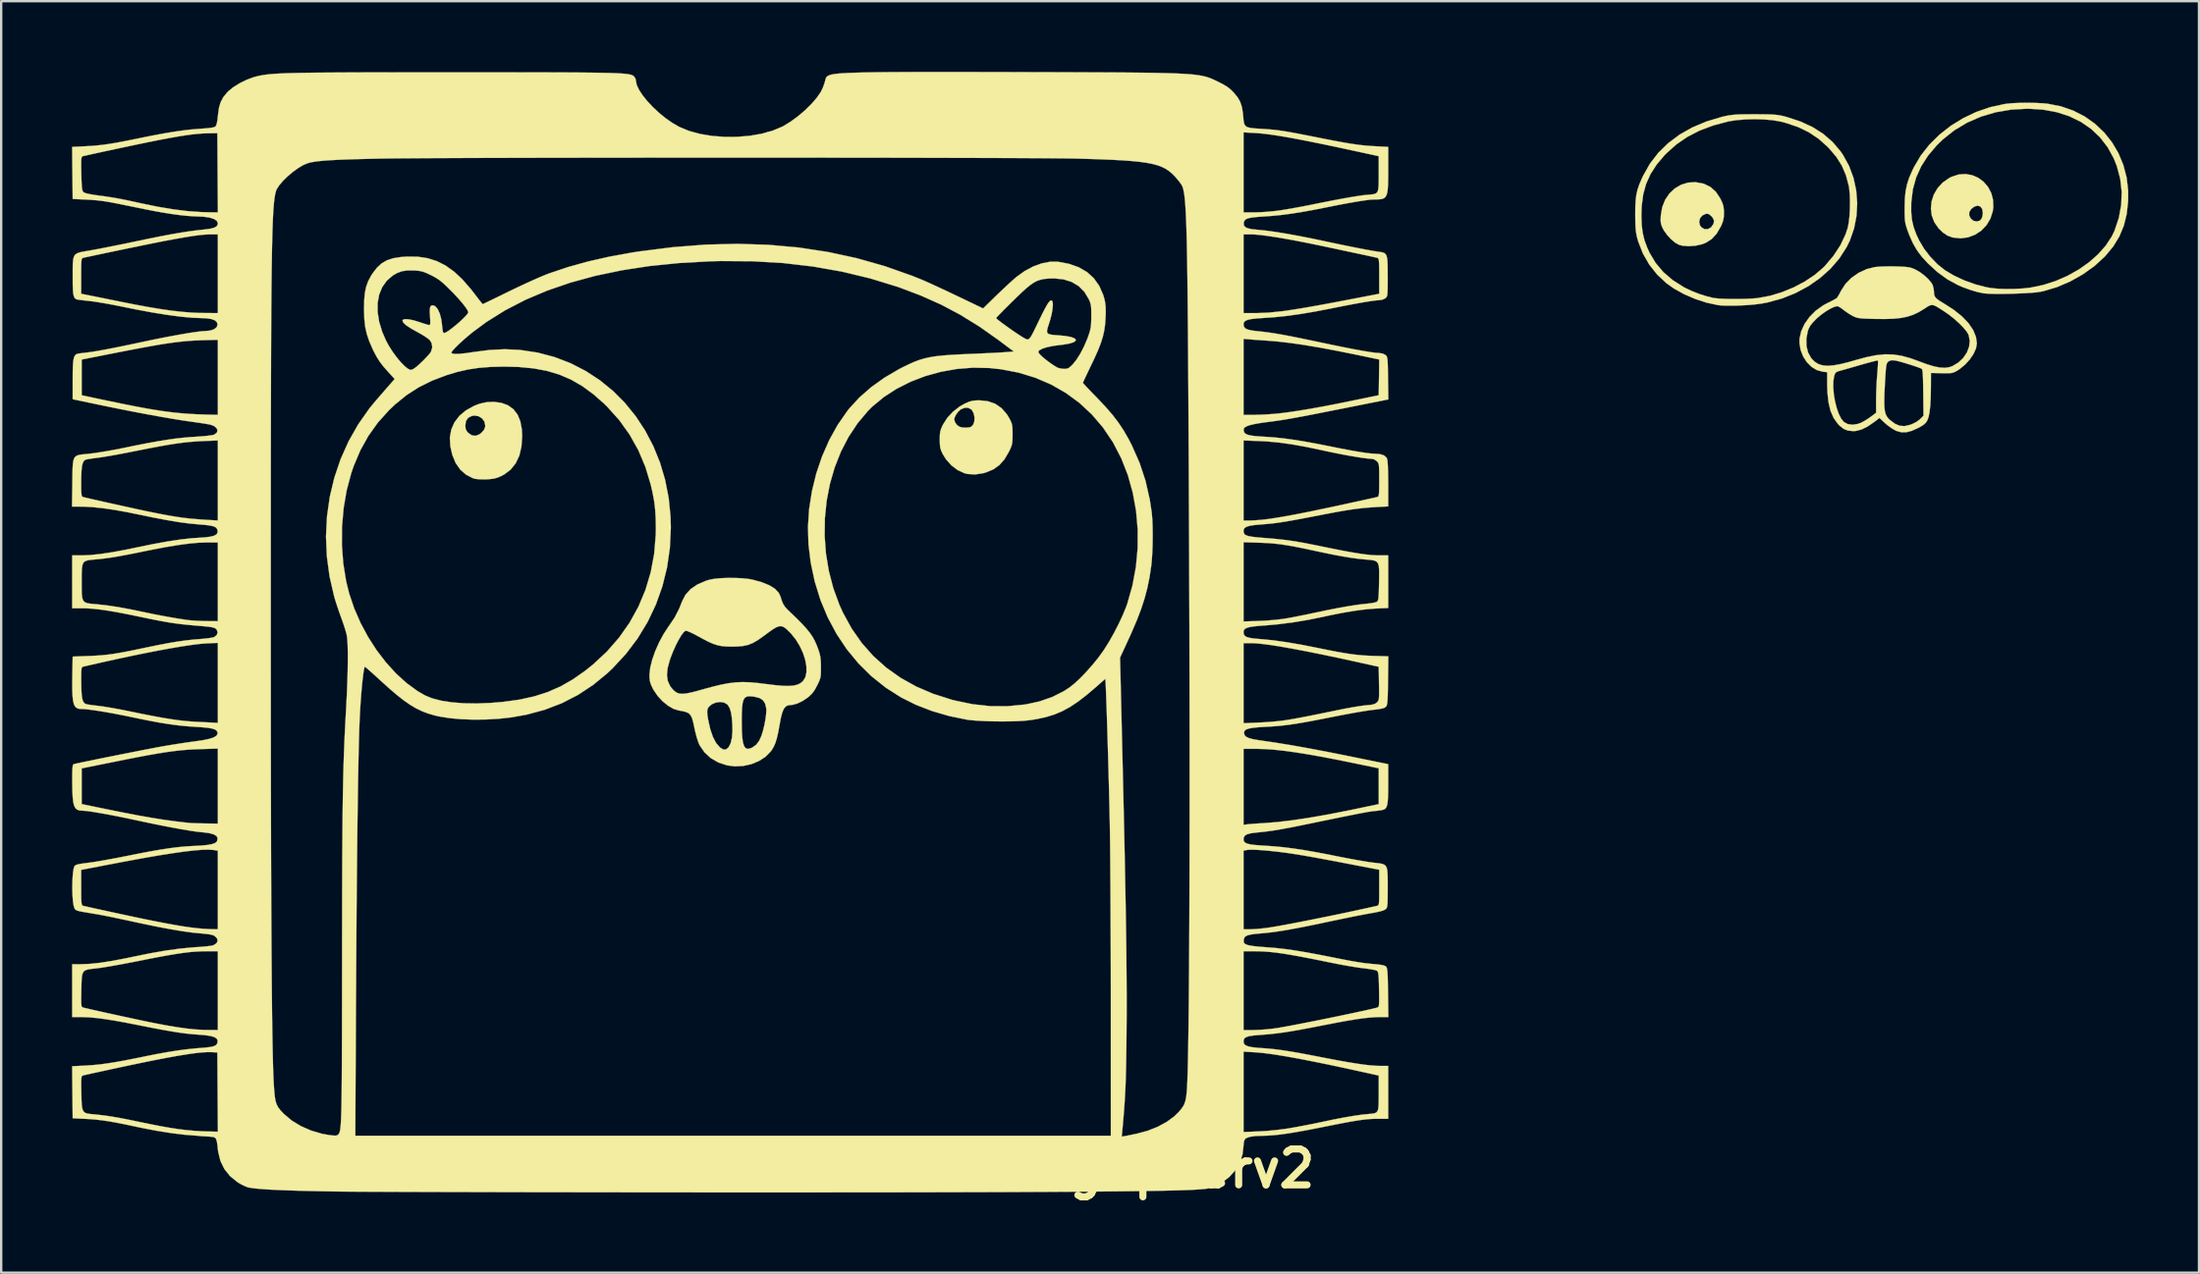
<source format=kicad_pcb>
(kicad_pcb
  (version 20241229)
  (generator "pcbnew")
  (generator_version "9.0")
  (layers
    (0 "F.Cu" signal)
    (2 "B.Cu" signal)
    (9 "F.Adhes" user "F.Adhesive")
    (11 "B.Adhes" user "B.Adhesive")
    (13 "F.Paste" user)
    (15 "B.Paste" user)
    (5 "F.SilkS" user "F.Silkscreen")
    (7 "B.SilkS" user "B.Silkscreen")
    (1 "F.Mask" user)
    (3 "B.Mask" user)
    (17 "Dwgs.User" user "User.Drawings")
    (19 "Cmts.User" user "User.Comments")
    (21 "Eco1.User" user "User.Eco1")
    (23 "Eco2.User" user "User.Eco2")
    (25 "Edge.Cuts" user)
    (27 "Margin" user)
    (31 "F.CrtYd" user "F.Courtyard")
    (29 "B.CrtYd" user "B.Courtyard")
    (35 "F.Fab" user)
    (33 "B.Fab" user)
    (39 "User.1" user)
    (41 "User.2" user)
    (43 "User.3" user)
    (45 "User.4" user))
  (footprint "gopherv2"
    (layer "F.Cu")
    (at 47.511 46.566)
    (property "Reference" "gopherv2" (at 0 0 0) (layer "F.SilkS") (effects (font (size 1.524 1.524) (thickness 0.3))))
    (attr through_hole)
    (fp_poly (pts (xy 33.122 -42.177) (xy 33.38 -42.064) (xy 33.605 -41.895) (xy 33.79 -41.679) (xy 33.926 -41.422) (xy 34.003 -41.131) (xy 34.014 -40.815) (xy 33.993 -40.655) (xy 33.892 -40.336) (xy 33.726 -40.057) (xy 33.506 -39.827) (xy 33.242 -39.652) (xy 32.945 -39.54) (xy 32.627 -39.497) (xy 32.298 -39.532) (xy 32.279 -39.537) (xy 32.07 -39.613) (xy 31.877 -39.742) (xy 31.692 -39.923) (xy 31.511 -40.183) (xy 31.403 -40.468) (xy 31.403 -40.468) (xy 32.991 -40.468) (xy 33.065 -40.328) (xy 33.177 -40.241) (xy 33.31 -40.213) (xy 33.434 -40.246) (xy 33.504 -40.311) (xy 33.547 -40.414) (xy 33.569 -40.55) (xy 33.57 -40.579) (xy 33.542 -40.745) (xy 33.464 -40.848) (xy 33.352 -40.884) (xy 33.216 -40.848) (xy 33.08 -40.746) (xy 32.994 -40.612) (xy 32.991 -40.468) (xy 31.403 -40.468) (xy 31.366 -40.766) (xy 31.396 -41.066) (xy 31.491 -41.357) (xy 31.649 -41.626) (xy 31.865 -41.863) (xy 32.137 -42.055) (xy 32.247 -42.111) (xy 32.547 -42.208) (xy 32.842 -42.227) (xy 33.122 -42.177)) (stroke (width 0.01) (type solid)) (fill yes) (layer "F.SilkS"))
    (fp_poly (pts (xy -29.289 -32.511) (xy -29.021 -32.414) (xy -29.001 -32.404) (xy -28.772 -32.236) (xy -28.599 -32.009) (xy -28.482 -31.723) (xy -28.418 -31.374) (xy -28.406 -31.095) (xy -28.436 -30.653) (xy -28.527 -30.27) (xy -28.68 -29.946) (xy -28.894 -29.679) (xy -29.169 -29.471) (xy -29.316 -29.394) (xy -29.472 -29.331) (xy -29.624 -29.292) (xy -29.805 -29.272) (xy -29.951 -29.264) (xy -30.215 -29.265) (xy -30.413 -29.288) (xy -30.486 -29.309) (xy -30.788 -29.463) (xy -31.035 -29.68) (xy -31.23 -29.962) (xy -31.372 -30.309) (xy -31.454 -30.673) (xy -31.474 -31.037) (xy -31.414 -31.376) (xy -31.337 -31.552) (xy -30.819 -31.552) (xy -30.805 -31.409) (xy -30.752 -31.303) (xy -30.695 -31.239) (xy -30.542 -31.134) (xy -30.382 -31.112) (xy -30.22 -31.174) (xy -30.116 -31.259) (xy -30.016 -31.381) (xy -29.975 -31.497) (xy -29.972 -31.55) (xy -30.01 -31.721) (xy -30.111 -31.857) (xy -30.259 -31.945) (xy -30.436 -31.972) (xy -30.544 -31.955) (xy -30.697 -31.877) (xy -30.789 -31.743) (xy -30.819 -31.552) (xy -31.337 -31.552) (xy -31.279 -31.684) (xy -31.071 -31.958) (xy -30.793 -32.192) (xy -30.449 -32.383) (xy -30.224 -32.471) (xy -29.916 -32.541) (xy -29.596 -32.554) (xy -29.289 -32.511)) (stroke (width 0.01) (type solid)) (fill yes) (layer "F.SilkS"))
    (fp_poly (pts (xy 21.698 -41.824) (xy 21.743 -41.81) (xy 22.015 -41.676) (xy 22.243 -41.471) (xy 22.427 -41.194) (xy 22.445 -41.158) (xy 22.524 -40.984) (xy 22.566 -40.839) (xy 22.583 -40.681) (xy 22.585 -40.577) (xy 22.577 -40.39) (xy 22.547 -40.235) (xy 22.484 -40.07) (xy 22.45 -39.997) (xy 22.274 -39.694) (xy 22.063 -39.466) (xy 21.813 -39.307) (xy 21.653 -39.246) (xy 21.371 -39.183) (xy 21.085 -39.163) (xy 20.823 -39.185) (xy 20.684 -39.221) (xy 20.523 -39.308) (xy 20.349 -39.452) (xy 20.182 -39.631) (xy 20.043 -39.823) (xy 19.995 -39.912) (xy 19.939 -40.035) (xy 19.909 -40.141) (xy 19.903 -40.204) (xy 21.534 -40.204) (xy 21.564 -40.058) (xy 21.632 -39.963) (xy 21.758 -39.89) (xy 21.9 -39.889) (xy 22.029 -39.957) (xy 22.045 -39.973) (xy 22.146 -40.118) (xy 22.165 -40.253) (xy 22.101 -40.384) (xy 22.059 -40.432) (xy 21.961 -40.516) (xy 21.879 -40.544) (xy 21.811 -40.536) (xy 21.664 -40.464) (xy 21.569 -40.346) (xy 21.534 -40.204) (xy 19.903 -40.204) (xy 19.899 -40.261) (xy 19.905 -40.426) (xy 19.908 -40.477) (xy 19.968 -40.826) (xy 20.093 -41.137) (xy 20.273 -41.402) (xy 20.5 -41.615) (xy 20.765 -41.771) (xy 21.059 -41.862) (xy 21.372 -41.882) (xy 21.698 -41.824)) (stroke (width 0.01) (type solid)) (fill yes) (layer "F.SilkS"))
    (fp_poly (pts (xy -8.644 -32.581) (xy -8.335 -32.472) (xy -8.068 -32.289) (xy -7.845 -32.034) (xy -7.743 -31.868) (xy -7.677 -31.74) (xy -7.635 -31.636) (xy -7.611 -31.529) (xy -7.601 -31.394) (xy -7.599 -31.202) (xy -7.599 -31.176) (xy -7.601 -30.977) (xy -7.61 -30.833) (xy -7.633 -30.717) (xy -7.676 -30.6) (xy -7.745 -30.454) (xy -7.757 -30.43) (xy -7.943 -30.114) (xy -8.158 -29.87) (xy -8.413 -29.689) (xy -8.721 -29.56) (xy -8.834 -29.527) (xy -9.185 -29.472) (xy -9.51 -29.493) (xy -9.638 -29.525) (xy -9.929 -29.657) (xy -10.196 -29.86) (xy -10.426 -30.119) (xy -10.569 -30.353) (xy -10.63 -30.487) (xy -10.666 -30.61) (xy -10.683 -30.753) (xy -10.688 -30.946) (xy -10.685 -31.137) (xy -10.67 -31.278) (xy -10.635 -31.401) (xy -10.573 -31.543) (xy -10.553 -31.585) (xy -10.411 -31.807) (xy -10.075 -31.807) (xy -10.041 -31.688) (xy -9.956 -31.571) (xy -9.849 -31.496) (xy -9.718 -31.465) (xy -9.561 -31.458) (xy -9.419 -31.474) (xy -9.356 -31.496) (xy -9.268 -31.587) (xy -9.22 -31.727) (xy -9.212 -31.893) (xy -9.245 -32.057) (xy -9.318 -32.197) (xy -9.355 -32.237) (xy -9.482 -32.299) (xy -9.638 -32.299) (xy -9.792 -32.238) (xy -9.796 -32.235) (xy -9.903 -32.139) (xy -9.998 -32.01) (xy -10.061 -31.88) (xy -10.075 -31.807) (xy -10.411 -31.807) (xy -10.371 -31.872) (xy -10.125 -32.137) (xy -9.837 -32.361) (xy -9.622 -32.482) (xy -9.455 -32.555) (xy -9.316 -32.596) (xy -9.166 -32.614) (xy -8.996 -32.618) (xy -8.644 -32.581)) (stroke (width 0.01) (type solid)) (fill yes) (layer "F.SilkS"))
    (fp_poly (pts (xy 35.802 -45.247) (xy 36.116 -45.23) (xy 36.323 -45.211) (xy 36.883 -45.102) (xy 37.407 -44.92) (xy 37.891 -44.671) (xy 38.328 -44.361) (xy 38.716 -43.994) (xy 39.048 -43.578) (xy 39.321 -43.116) (xy 39.53 -42.615) (xy 39.67 -42.081) (xy 39.736 -41.519) (xy 39.735 -41.084) (xy 39.674 -40.534) (xy 39.552 -40.036) (xy 39.363 -39.58) (xy 39.104 -39.155) (xy 38.77 -38.751) (xy 38.739 -38.718) (xy 38.309 -38.324) (xy 37.818 -37.972) (xy 37.283 -37.67) (xy 36.723 -37.429) (xy 36.154 -37.259) (xy 36.019 -37.23) (xy 35.856 -37.206) (xy 35.628 -37.185) (xy 35.351 -37.168) (xy 35.044 -37.154) (xy 34.725 -37.144) (xy 34.41 -37.139) (xy 34.116 -37.139) (xy 33.863 -37.145) (xy 33.666 -37.157) (xy 33.586 -37.166) (xy 33.331 -37.221) (xy 33.035 -37.31) (xy 32.729 -37.421) (xy 32.529 -37.506) (xy 32.08 -37.748) (xy 31.65 -38.058) (xy 31.241 -38.433) (xy 30.982 -38.715) (xy 30.775 -38.992) (xy 30.603 -39.29) (xy 30.451 -39.633) (xy 30.368 -39.857) (xy 30.321 -39.999) (xy 30.288 -40.121) (xy 30.268 -40.245) (xy 30.256 -40.392) (xy 30.252 -40.583) (xy 30.252 -40.614) (xy 30.53 -40.614) (xy 30.561 -40.284) (xy 30.632 -39.977) (xy 30.748 -39.662) (xy 30.866 -39.411) (xy 31.079 -39.052) (xy 31.348 -38.704) (xy 31.652 -38.39) (xy 31.97 -38.137) (xy 31.972 -38.136) (xy 32.354 -37.91) (xy 32.791 -37.708) (xy 33.253 -37.542) (xy 33.711 -37.423) (xy 33.93 -37.385) (xy 34.213 -37.357) (xy 34.549 -37.346) (xy 34.907 -37.349) (xy 35.257 -37.367) (xy 35.569 -37.401) (xy 35.586 -37.403) (xy 36.13 -37.516) (xy 36.66 -37.686) (xy 37.168 -37.908) (xy 37.643 -38.175) (xy 38.077 -38.481) (xy 38.461 -38.821) (xy 38.784 -39.187) (xy 39.039 -39.573) (xy 39.156 -39.816) (xy 39.34 -40.363) (xy 39.442 -40.917) (xy 39.462 -41.473) (xy 39.4 -42.024) (xy 39.256 -42.564) (xy 39.126 -42.89) (xy 38.866 -43.364) (xy 38.545 -43.782) (xy 38.166 -44.142) (xy 37.732 -44.441) (xy 37.246 -44.679) (xy 36.712 -44.852) (xy 36.132 -44.96) (xy 35.51 -45) (xy 35.457 -45) (xy 34.772 -44.962) (xy 34.115 -44.85) (xy 33.491 -44.665) (xy 32.907 -44.41) (xy 32.365 -44.087) (xy 31.872 -43.697) (xy 31.62 -43.451) (xy 31.246 -43.01) (xy 30.954 -42.556) (xy 30.74 -42.082) (xy 30.601 -41.582) (xy 30.536 -41.049) (xy 30.533 -40.995) (xy 30.53 -40.614) (xy 30.252 -40.614) (xy 30.252 -40.809) (xy 30.262 -41.184) (xy 30.294 -41.502) (xy 30.354 -41.791) (xy 30.448 -42.077) (xy 30.583 -42.387) (xy 30.649 -42.524) (xy 30.941 -43.017) (xy 31.305 -43.478) (xy 31.73 -43.898) (xy 32.209 -44.274) (xy 32.733 -44.597) (xy 33.292 -44.863) (xy 33.878 -45.065) (xy 34.482 -45.197) (xy 34.562 -45.209) (xy 34.815 -45.234) (xy 35.124 -45.248) (xy 35.463 -45.253) (xy 35.802 -45.247)) (stroke (width 0.01) (type solid)) (fill yes) (layer "F.SilkS"))
    (fp_poly (pts (xy 24.227 -44.763) (xy 24.467 -44.759) (xy 24.654 -44.752) (xy 24.805 -44.74) (xy 24.935 -44.722) (xy 25.06 -44.697) (xy 25.197 -44.662) (xy 25.234 -44.653) (xy 25.823 -44.461) (xy 26.344 -44.221) (xy 26.8 -43.93) (xy 27.196 -43.587) (xy 27.534 -43.188) (xy 27.636 -43.04) (xy 27.895 -42.568) (xy 28.082 -42.061) (xy 28.197 -41.531) (xy 28.239 -40.989) (xy 28.209 -40.446) (xy 28.105 -39.914) (xy 27.927 -39.404) (xy 27.787 -39.119) (xy 27.481 -38.643) (xy 27.104 -38.206) (xy 26.664 -37.813) (xy 26.171 -37.468) (xy 25.63 -37.177) (xy 25.051 -36.945) (xy 24.441 -36.777) (xy 24.162 -36.724) (xy 23.919 -36.693) (xy 23.635 -36.667) (xy 23.328 -36.649) (xy 23.022 -36.639) (xy 22.738 -36.638) (xy 22.496 -36.646) (xy 22.331 -36.662) (xy 21.853 -36.765) (xy 21.368 -36.923) (xy 20.901 -37.124) (xy 20.473 -37.36) (xy 20.144 -37.592) (xy 19.752 -37.959) (xy 19.417 -38.383) (xy 19.147 -38.853) (xy 18.949 -39.359) (xy 18.915 -39.476) (xy 18.879 -39.625) (xy 18.853 -39.773) (xy 18.836 -39.938) (xy 18.827 -40.14) (xy 18.823 -40.4) (xy 18.823 -40.471) (xy 19.082 -40.471) (xy 19.095 -40.075) (xy 19.137 -39.733) (xy 19.213 -39.418) (xy 19.329 -39.103) (xy 19.428 -38.885) (xy 19.686 -38.452) (xy 20.015 -38.063) (xy 20.415 -37.719) (xy 20.883 -37.423) (xy 20.955 -37.385) (xy 21.229 -37.257) (xy 21.532 -37.138) (xy 21.833 -37.041) (xy 22.103 -36.973) (xy 22.194 -36.958) (xy 22.376 -36.94) (xy 22.621 -36.928) (xy 22.906 -36.922) (xy 23.208 -36.922) (xy 23.505 -36.928) (xy 23.776 -36.94) (xy 23.996 -36.958) (xy 24.024 -36.962) (xy 24.53 -37.055) (xy 25.041 -37.208) (xy 25.541 -37.413) (xy 26.012 -37.661) (xy 26.437 -37.945) (xy 26.8 -38.255) (xy 26.868 -38.324) (xy 27.233 -38.756) (xy 27.527 -39.204) (xy 27.743 -39.66) (xy 27.837 -39.941) (xy 27.88 -40.158) (xy 27.911 -40.433) (xy 27.929 -40.742) (xy 27.933 -41.06) (xy 27.924 -41.362) (xy 27.899 -41.623) (xy 27.881 -41.729) (xy 27.761 -42.179) (xy 27.589 -42.582) (xy 27.354 -42.955) (xy 27.046 -43.317) (xy 26.97 -43.395) (xy 26.594 -43.729) (xy 26.187 -44.001) (xy 25.738 -44.22) (xy 25.231 -44.392) (xy 24.96 -44.461) (xy 24.651 -44.513) (xy 24.287 -44.545) (xy 23.893 -44.556) (xy 23.495 -44.546) (xy 23.12 -44.516) (xy 22.794 -44.465) (xy 22.768 -44.46) (xy 22.127 -44.289) (xy 21.552 -44.073) (xy 21.036 -43.807) (xy 20.57 -43.488) (xy 20.147 -43.11) (xy 20.063 -43.023) (xy 19.731 -42.631) (xy 19.473 -42.232) (xy 19.284 -41.814) (xy 19.16 -41.364) (xy 19.095 -40.868) (xy 19.082 -40.471) (xy 18.823 -40.471) (xy 18.822 -40.513) (xy 18.826 -40.847) (xy 18.84 -41.118) (xy 18.869 -41.349) (xy 18.918 -41.561) (xy 18.991 -41.777) (xy 19.093 -42.017) (xy 19.159 -42.158) (xy 19.444 -42.666) (xy 19.799 -43.126) (xy 20.219 -43.538) (xy 20.702 -43.899) (xy 21.246 -44.207) (xy 21.846 -44.459) (xy 22.499 -44.654) (xy 22.65 -44.689) (xy 22.795 -44.717) (xy 22.947 -44.738) (xy 23.122 -44.752) (xy 23.335 -44.76) (xy 23.602 -44.764) (xy 23.918 -44.765) (xy 24.227 -44.763)) (stroke (width 0.01) (type solid)) (fill yes) (layer "F.SilkS"))
    (fp_poly (pts (xy -19.382 -25.078) (xy -19.083 -25.065) (xy -18.818 -25.039) (xy -18.648 -25.009) (xy -18.245 -24.899) (xy -17.923 -24.769) (xy -17.682 -24.62) (xy -17.521 -24.449) (xy -17.448 -24.298) (xy -17.387 -24.105) (xy -17.329 -23.967) (xy -17.257 -23.855) (xy -17.155 -23.742) (xy -17.069 -23.658) (xy -16.778 -23.379) (xy -16.544 -23.144) (xy -16.357 -22.942) (xy -16.209 -22.76) (xy -16.091 -22.589) (xy -15.995 -22.416) (xy -15.911 -22.23) (xy -15.843 -22.049) (xy -15.788 -21.88) (xy -15.754 -21.725) (xy -15.736 -21.553) (xy -15.729 -21.332) (xy -15.729 -21.291) (xy -15.73 -21.089) (xy -15.737 -20.943) (xy -15.756 -20.829) (xy -15.794 -20.719) (xy -15.855 -20.585) (xy -15.889 -20.517) (xy -15.995 -20.321) (xy -16.101 -20.176) (xy -16.23 -20.05) (xy -16.29 -20.001) (xy -16.512 -19.852) (xy -16.736 -19.745) (xy -16.939 -19.69) (xy -17.007 -19.685) (xy -17.128 -19.67) (xy -17.225 -19.619) (xy -17.304 -19.521) (xy -17.369 -19.368) (xy -17.427 -19.15) (xy -17.482 -18.856) (xy -17.483 -18.851) (xy -17.541 -18.532) (xy -17.598 -18.281) (xy -17.658 -18.082) (xy -17.728 -17.92) (xy -17.812 -17.778) (xy -17.859 -17.712) (xy -18.079 -17.488) (xy -18.357 -17.307) (xy -18.678 -17.175) (xy -19.024 -17.097) (xy -19.38 -17.079) (xy -19.71 -17.121) (xy -20.08 -17.243) (xy -20.401 -17.428) (xy -20.666 -17.67) (xy -20.869 -17.964) (xy -20.891 -18.008) (xy -20.947 -18.149) (xy -21.008 -18.343) (xy -21.064 -18.558) (xy -21.089 -18.673) (xy -21.143 -18.93) (xy -21.194 -19.117) (xy -21.256 -19.246) (xy -21.338 -19.332) (xy -21.45 -19.386) (xy -20.556 -19.386) (xy -20.546 -19.26) (xy -20.517 -19.074) (xy -20.515 -19.061) (xy -20.426 -18.66) (xy -20.312 -18.327) (xy -20.174 -18.066) (xy -20.014 -17.882) (xy -19.997 -17.868) (xy -19.866 -17.793) (xy -19.756 -17.797) (xy -19.654 -17.881) (xy -19.648 -17.888) (xy -19.562 -18.054) (xy -19.506 -18.288) (xy -19.482 -18.579) (xy -19.488 -18.881) (xy -19.495 -18.965) (xy -19.09 -18.965) (xy -19.085 -18.597) (xy -19.068 -18.307) (xy -19.037 -18.09) (xy -18.99 -17.94) (xy -18.924 -17.852) (xy -18.837 -17.821) (xy -18.727 -17.841) (xy -18.635 -17.882) (xy -18.475 -17.997) (xy -18.349 -18.166) (xy -18.253 -18.379) (xy -18.187 -18.59) (xy -18.129 -18.831) (xy -18.083 -19.076) (xy -18.054 -19.302) (xy -18.045 -19.484) (xy -18.05 -19.547) (xy -18.098 -19.745) (xy -18.188 -19.885) (xy -18.331 -19.979) (xy -18.539 -20.034) (xy -18.639 -20.048) (xy -18.774 -20.056) (xy -18.88 -20.039) (xy -18.96 -19.988) (xy -19.017 -19.896) (xy -19.055 -19.753) (xy -19.077 -19.55) (xy -19.088 -19.28) (xy -19.09 -18.965) (xy -19.495 -18.965) (xy -19.513 -19.171) (xy -19.55 -19.39) (xy -19.601 -19.552) (xy -19.671 -19.671) (xy -19.708 -19.712) (xy -19.839 -19.788) (xy -20.007 -19.812) (xy -20.187 -19.787) (xy -20.353 -19.719) (xy -20.481 -19.613) (xy -20.523 -19.548) (xy -20.549 -19.475) (xy -20.556 -19.386) (xy -21.45 -19.386) (xy -21.452 -19.387) (xy -21.61 -19.426) (xy -21.76 -19.451) (xy -21.985 -19.521) (xy -22.221 -19.658) (xy -22.452 -19.847) (xy -22.66 -20.073) (xy -22.83 -20.323) (xy -22.873 -20.403) (xy -22.949 -20.571) (xy -22.989 -20.711) (xy -23.003 -20.863) (xy -23.004 -20.96) (xy -22.263 -20.96) (xy -22.229 -20.709) (xy -22.13 -20.491) (xy -22.045 -20.378) (xy -21.948 -20.278) (xy -21.85 -20.209) (xy -21.739 -20.169) (xy -21.603 -20.158) (xy -21.429 -20.176) (xy -21.205 -20.222) (xy -20.919 -20.297) (xy -20.763 -20.341) (xy -20.339 -20.457) (xy -19.975 -20.546) (xy -19.654 -20.607) (xy -19.357 -20.644) (xy -19.066 -20.657) (xy -18.762 -20.649) (xy -18.427 -20.62) (xy -18.055 -20.574) (xy -17.664 -20.526) (xy -17.345 -20.498) (xy -17.088 -20.492) (xy -16.884 -20.509) (xy -16.723 -20.548) (xy -16.595 -20.612) (xy -16.49 -20.7) (xy -16.489 -20.701) (xy -16.389 -20.863) (xy -16.343 -21.076) (xy -16.346 -21.327) (xy -16.396 -21.604) (xy -16.489 -21.893) (xy -16.623 -22.182) (xy -16.792 -22.46) (xy -16.995 -22.713) (xy -17.039 -22.759) (xy -17.173 -22.89) (xy -17.284 -22.981) (xy -17.387 -23.027) (xy -17.495 -23.029) (xy -17.62 -22.985) (xy -17.776 -22.893) (xy -17.976 -22.75) (xy -18.148 -22.622) (xy -18.402 -22.441) (xy -18.623 -22.314) (xy -18.836 -22.231) (xy -19.066 -22.184) (xy -19.338 -22.165) (xy -19.473 -22.163) (xy -19.718 -22.167) (xy -19.923 -22.183) (xy -20.109 -22.219) (xy -20.296 -22.279) (xy -20.502 -22.37) (xy -20.749 -22.497) (xy -20.917 -22.59) (xy -21.124 -22.7) (xy -21.294 -22.781) (xy -21.415 -22.828) (xy -21.474 -22.837) (xy -21.554 -22.773) (xy -21.653 -22.642) (xy -21.764 -22.457) (xy -21.881 -22.232) (xy -21.995 -21.98) (xy -22.099 -21.714) (xy -22.142 -21.593) (xy -22.234 -21.252) (xy -22.263 -20.96) (xy -23.004 -20.96) (xy -23.004 -20.975) (xy -22.971 -21.27) (xy -22.888 -21.607) (xy -22.761 -21.969) (xy -22.598 -22.338) (xy -22.405 -22.696) (xy -22.191 -23.024) (xy -22.156 -23.072) (xy -21.934 -23.402) (xy -21.749 -23.76) (xy -21.61 -24.108) (xy -21.468 -24.376) (xy -21.253 -24.609) (xy -20.969 -24.802) (xy -20.619 -24.954) (xy -20.447 -25.006) (xy -20.247 -25.042) (xy -19.988 -25.067) (xy -19.691 -25.079) (xy -19.382 -25.078)) (stroke (width 0.01) (type solid)) (fill yes) (layer "F.SilkS"))
    (fp_poly (pts (xy 29.835 -38.305) (xy 29.863 -38.304) (xy 30.108 -38.296) (xy 30.288 -38.285) (xy 30.422 -38.269) (xy 30.53 -38.244) (xy 30.63 -38.207) (xy 30.701 -38.176) (xy 30.888 -38.07) (xy 31.077 -37.93) (xy 31.247 -37.775) (xy 31.378 -37.622) (xy 31.439 -37.519) (xy 31.479 -37.377) (xy 31.496 -37.231) (xy 31.503 -37.115) (xy 31.534 -37.024) (xy 31.601 -36.942) (xy 31.717 -36.854) (xy 31.893 -36.745) (xy 31.928 -36.725) (xy 32.342 -36.459) (xy 32.688 -36.181) (xy 32.961 -35.895) (xy 33.159 -35.604) (xy 33.278 -35.313) (xy 33.316 -35.039) (xy 33.28 -34.825) (xy 33.177 -34.593) (xy 33.02 -34.36) (xy 32.821 -34.14) (xy 32.591 -33.95) (xy 32.479 -33.878) (xy 32.385 -33.826) (xy 32.301 -33.793) (xy 32.206 -33.775) (xy 32.077 -33.768) (xy 31.892 -33.77) (xy 31.824 -33.771) (xy 31.369 -33.782) (xy 31.366 -33.2) (xy 31.359 -32.764) (xy 31.34 -32.406) (xy 31.31 -32.124) (xy 31.267 -31.911) (xy 31.214 -31.766) (xy 31.151 -31.668) (xy 31.061 -31.585) (xy 30.923 -31.499) (xy 30.815 -31.442) (xy 30.547 -31.322) (xy 30.32 -31.263) (xy 30.115 -31.262) (xy 29.915 -31.317) (xy 29.855 -31.344) (xy 29.703 -31.432) (xy 29.535 -31.553) (xy 29.409 -31.661) (xy 29.186 -31.872) (xy 28.966 -31.704) (xy 28.679 -31.507) (xy 28.423 -31.381) (xy 28.185 -31.32) (xy 28.068 -31.313) (xy 27.849 -31.334) (xy 27.667 -31.406) (xy 27.495 -31.541) (xy 27.415 -31.624) (xy 27.241 -31.867) (xy 27.11 -32.166) (xy 27.023 -32.526) (xy 26.976 -32.952) (xy 26.97 -33.169) (xy 27.222 -33.169) (xy 27.247 -32.876) (xy 27.297 -32.579) (xy 27.369 -32.294) (xy 27.459 -32.039) (xy 27.563 -31.834) (xy 27.671 -31.703) (xy 27.837 -31.611) (xy 28.044 -31.583) (xy 28.272 -31.619) (xy 28.405 -31.669) (xy 28.545 -31.743) (xy 28.708 -31.845) (xy 28.818 -31.923) (xy 29.041 -32.091) (xy 29.041 -32.622) (xy 29.387 -32.622) (xy 29.39 -32.387) (xy 29.406 -32.205) (xy 29.437 -32.064) (xy 29.483 -31.954) (xy 29.548 -31.863) (xy 29.623 -31.789) (xy 29.838 -31.627) (xy 30.04 -31.54) (xy 30.248 -31.525) (xy 30.482 -31.579) (xy 30.613 -31.63) (xy 30.759 -31.708) (xy 30.892 -31.806) (xy 30.93 -31.841) (xy 31.052 -31.968) (xy 31.042 -32.946) (xy 31.037 -33.282) (xy 31.031 -33.541) (xy 31.022 -33.73) (xy 31.01 -33.858) (xy 30.995 -33.931) (xy 30.979 -33.957) (xy 30.899 -33.993) (xy 30.758 -34.045) (xy 30.578 -34.105) (xy 30.379 -34.168) (xy 30.181 -34.227) (xy 30.007 -34.275) (xy 29.876 -34.306) (xy 29.843 -34.311) (xy 29.704 -34.322) (xy 29.61 -34.297) (xy 29.557 -34.262) (xy 29.525 -34.231) (xy 29.5 -34.191) (xy 29.481 -34.13) (xy 29.465 -34.036) (xy 29.451 -33.897) (xy 29.437 -33.703) (xy 29.422 -33.441) (xy 29.413 -33.29) (xy 29.395 -32.919) (xy 29.387 -32.622) (xy 29.041 -32.622) (xy 29.041 -32.63) (xy 29.045 -32.901) (xy 29.057 -33.212) (xy 29.074 -33.522) (xy 29.09 -33.729) (xy 29.107 -33.938) (xy 29.118 -34.114) (xy 29.123 -34.243) (xy 29.12 -34.307) (xy 29.119 -34.311) (xy 29.073 -34.307) (xy 28.96 -34.281) (xy 28.792 -34.238) (xy 28.584 -34.182) (xy 28.381 -34.124) (xy 28.134 -34.052) (xy 27.902 -33.985) (xy 27.702 -33.928) (xy 27.554 -33.887) (xy 27.487 -33.869) (xy 27.369 -33.828) (xy 27.305 -33.77) (xy 27.265 -33.665) (xy 27.265 -33.664) (xy 27.227 -33.437) (xy 27.222 -33.169) (xy 26.97 -33.169) (xy 26.966 -33.287) (xy 26.966 -33.813) (xy 26.774 -33.835) (xy 26.525 -33.904) (xy 26.298 -34.043) (xy 26.102 -34.24) (xy 25.946 -34.482) (xy 25.839 -34.756) (xy 25.79 -35.048) (xy 25.793 -35.233) (xy 25.794 -35.237) (xy 26.082 -35.237) (xy 26.086 -34.928) (xy 26.155 -34.648) (xy 26.288 -34.411) (xy 26.303 -34.393) (xy 26.436 -34.258) (xy 26.587 -34.162) (xy 26.765 -34.105) (xy 26.978 -34.085) (xy 27.236 -34.104) (xy 27.547 -34.161) (xy 27.919 -34.254) (xy 28.18 -34.33) (xy 28.643 -34.455) (xy 29.051 -34.537) (xy 29.422 -34.573) (xy 29.774 -34.564) (xy 30.125 -34.509) (xy 30.49 -34.409) (xy 30.823 -34.289) (xy 31.188 -34.154) (xy 31.491 -34.062) (xy 31.744 -34.011) (xy 31.957 -33.999) (xy 32.142 -34.025) (xy 32.285 -34.075) (xy 32.536 -34.226) (xy 32.742 -34.422) (xy 32.894 -34.65) (xy 32.988 -34.896) (xy 33.015 -35.146) (xy 32.969 -35.387) (xy 32.957 -35.417) (xy 32.877 -35.55) (xy 32.739 -35.715) (xy 32.56 -35.896) (xy 32.352 -36.082) (xy 32.131 -36.257) (xy 31.959 -36.377) (xy 31.754 -36.51) (xy 31.605 -36.602) (xy 31.493 -36.654) (xy 31.404 -36.669) (xy 31.319 -36.649) (xy 31.222 -36.597) (xy 31.096 -36.514) (xy 31.072 -36.498) (xy 30.843 -36.36) (xy 30.614 -36.252) (xy 30.371 -36.172) (xy 30.1 -36.117) (xy 29.788 -36.085) (xy 29.42 -36.072) (xy 28.984 -36.076) (xy 28.962 -36.076) (xy 28.698 -36.084) (xy 28.503 -36.092) (xy 28.361 -36.104) (xy 28.255 -36.122) (xy 28.169 -36.147) (xy 28.088 -36.182) (xy 28.043 -36.205) (xy 27.879 -36.301) (xy 27.711 -36.417) (xy 27.648 -36.467) (xy 27.534 -36.551) (xy 27.436 -36.606) (xy 27.392 -36.618) (xy 27.272 -36.591) (xy 27.11 -36.516) (xy 26.923 -36.406) (xy 26.731 -36.271) (xy 26.553 -36.123) (xy 26.498 -36.071) (xy 26.348 -35.916) (xy 26.249 -35.791) (xy 26.184 -35.672) (xy 26.145 -35.562) (xy 26.082 -35.237) (xy 25.794 -35.237) (xy 25.863 -35.551) (xy 26.007 -35.864) (xy 26.216 -36.159) (xy 26.48 -36.425) (xy 26.79 -36.648) (xy 26.965 -36.742) (xy 27.126 -36.822) (xy 27.26 -36.892) (xy 27.348 -36.942) (xy 27.366 -36.955) (xy 27.412 -37.014) (xy 27.478 -37.126) (xy 27.552 -37.267) (xy 27.555 -37.272) (xy 27.743 -37.564) (xy 27.997 -37.821) (xy 28.301 -38.033) (xy 28.64 -38.19) (xy 28.976 -38.275) (xy 29.131 -38.291) (xy 29.343 -38.302) (xy 29.587 -38.307) (xy 29.835 -38.305)) (stroke (width 0.01) (type solid)) (fill yes) (layer "F.SilkS"))
    (fp_poly (pts (xy -9.92 -46.56) (xy -9.109 -46.559) (xy -8.221 -46.557) (xy -7.251 -46.555) (xy -7.173 -46.554) (xy -6.24 -46.552) (xy -5.387 -46.549) (xy -4.611 -46.546) (xy -3.908 -46.543) (xy -3.273 -46.54) (xy -2.703 -46.536) (xy -2.193 -46.531) (xy -1.739 -46.525) (xy -1.337 -46.517) (xy -0.983 -46.508) (xy -0.674 -46.498) (xy -0.404 -46.485) (xy -0.171 -46.471) (xy 0.031 -46.454) (xy 0.205 -46.434) (xy 0.354 -46.412) (xy 0.485 -46.387) (xy 0.599 -46.359) (xy 0.702 -46.328) (xy 0.797 -46.293) (xy 0.889 -46.255) (xy 0.982 -46.212) (xy 1.079 -46.166) (xy 1.125 -46.143) (xy 1.346 -46.03) (xy 1.513 -45.929) (xy 1.65 -45.82) (xy 1.784 -45.686) (xy 1.787 -45.683) (xy 1.945 -45.492) (xy 2.056 -45.301) (xy 2.128 -45.087) (xy 2.173 -44.825) (xy 2.187 -44.675) (xy 2.203 -44.497) (xy 2.228 -44.368) (xy 2.275 -44.279) (xy 2.356 -44.221) (xy 2.483 -44.186) (xy 2.67 -44.164) (xy 2.928 -44.147) (xy 2.933 -44.147) (xy 3.157 -44.133) (xy 3.359 -44.117) (xy 3.552 -44.098) (xy 3.748 -44.073) (xy 3.962 -44.041) (xy 4.205 -43.999) (xy 4.491 -43.946) (xy 4.833 -43.88) (xy 5.244 -43.798) (xy 5.271 -43.793) (xy 5.732 -43.701) (xy 6.123 -43.626) (xy 6.455 -43.565) (xy 6.741 -43.517) (xy 6.991 -43.48) (xy 7.218 -43.452) (xy 7.434 -43.43) (xy 7.65 -43.415) (xy 7.8 -43.406) (xy 8.34 -43.379) (xy 8.34 -42.431) (xy 8.339 -42.068) (xy 8.333 -41.781) (xy 8.318 -41.561) (xy 8.291 -41.399) (xy 8.247 -41.286) (xy 8.182 -41.213) (xy 8.091 -41.172) (xy 7.972 -41.153) (xy 7.82 -41.148) (xy 7.752 -41.148) (xy 7.586 -41.138) (xy 7.343 -41.108) (xy 7.03 -41.06) (xy 6.651 -40.994) (xy 6.212 -40.912) (xy 5.72 -40.813) (xy 5.715 -40.812) (xy 5.143 -40.699) (xy 4.636 -40.608) (xy 4.179 -40.537) (xy 3.755 -40.483) (xy 3.348 -40.445) (xy 3.099 -40.428) (xy 2.802 -40.407) (xy 2.579 -40.384) (xy 2.42 -40.354) (xy 2.313 -40.315) (xy 2.25 -40.263) (xy 2.218 -40.194) (xy 2.209 -40.145) (xy 2.219 -40.047) (xy 2.276 -39.974) (xy 2.39 -39.921) (xy 2.569 -39.884) (xy 2.815 -39.859) (xy 3.151 -39.825) (xy 3.561 -39.769) (xy 4.036 -39.691) (xy 4.57 -39.594) (xy 5.156 -39.478) (xy 5.567 -39.391) (xy 6.104 -39.277) (xy 6.589 -39.177) (xy 7.017 -39.091) (xy 7.382 -39.021) (xy 7.678 -38.967) (xy 7.899 -38.932) (xy 7.945 -38.926) (xy 8.063 -38.908) (xy 8.153 -38.883) (xy 8.219 -38.84) (xy 8.265 -38.768) (xy 8.294 -38.657) (xy 8.31 -38.496) (xy 8.317 -38.274) (xy 8.318 -37.982) (xy 8.319 -37.88) (xy 8.318 -37.593) (xy 8.317 -37.378) (xy 8.312 -37.223) (xy 8.304 -37.118) (xy 8.29 -37.049) (xy 8.27 -37.005) (xy 8.242 -36.973) (xy 8.219 -36.953) (xy 8.098 -36.894) (xy 7.965 -36.872) (xy 7.823 -36.862) (xy 7.601 -36.833) (xy 7.303 -36.785) (xy 6.93 -36.718) (xy 6.486 -36.634) (xy 5.973 -36.532) (xy 5.897 -36.516) (xy 5.222 -36.386) (xy 4.61 -36.283) (xy 4.045 -36.204) (xy 3.508 -36.148) (xy 3.061 -36.117) (xy 2.762 -36.096) (xy 2.539 -36.071) (xy 2.381 -36.038) (xy 2.278 -35.993) (xy 2.222 -35.934) (xy 2.202 -35.858) (xy 2.201 -35.841) (xy 2.219 -35.744) (xy 2.28 -35.672) (xy 2.395 -35.62) (xy 2.574 -35.582) (xy 2.791 -35.556) (xy 3.028 -35.531) (xy 3.279 -35.498) (xy 3.553 -35.456) (xy 3.86 -35.403) (xy 4.212 -35.337) (xy 4.619 -35.255) (xy 5.092 -35.157) (xy 5.381 -35.096) (xy 5.963 -34.973) (xy 6.477 -34.868) (xy 6.921 -34.782) (xy 7.293 -34.715) (xy 7.59 -34.666) (xy 7.81 -34.637) (xy 7.942 -34.629) (xy 8.114 -34.602) (xy 8.219 -34.548) (xy 8.252 -34.519) (xy 8.277 -34.485) (xy 8.295 -34.434) (xy 8.308 -34.354) (xy 8.317 -34.235) (xy 8.323 -34.065) (xy 8.328 -33.832) (xy 8.332 -33.562) (xy 8.345 -32.658) (xy 6.385 -32.267) (xy 5.868 -32.165) (xy 5.425 -32.077) (xy 5.047 -32.003) (xy 4.723 -31.941) (xy 4.444 -31.889) (xy 4.201 -31.845) (xy 3.985 -31.808) (xy 3.786 -31.776) (xy 3.594 -31.748) (xy 3.401 -31.721) (xy 3.197 -31.695) (xy 3.111 -31.684) (xy 2.886 -31.651) (xy 2.673 -31.613) (xy 2.497 -31.573) (xy 2.382 -31.537) (xy 2.378 -31.535) (xy 2.266 -31.48) (xy 2.215 -31.428) (xy 2.207 -31.358) (xy 2.209 -31.339) (xy 2.229 -31.264) (xy 2.278 -31.207) (xy 2.365 -31.162) (xy 2.5 -31.128) (xy 2.693 -31.102) (xy 2.956 -31.081) (xy 3.146 -31.07) (xy 3.536 -31.042) (xy 3.945 -30.998) (xy 4.388 -30.937) (xy 4.876 -30.856) (xy 5.423 -30.754) (xy 5.841 -30.67) (xy 6.324 -30.573) (xy 6.75 -30.493) (xy 7.112 -30.43) (xy 7.407 -30.385) (xy 7.629 -30.359) (xy 7.747 -30.353) (xy 7.99 -30.335) (xy 8.162 -30.282) (xy 8.266 -30.19) (xy 8.294 -30.134) (xy 8.309 -30.045) (xy 8.322 -29.88) (xy 8.332 -29.651) (xy 8.338 -29.366) (xy 8.34 -29.06) (xy 8.34 -28.117) (xy 7.885 -28.092) (xy 7.596 -28.074) (xy 7.324 -28.051) (xy 7.054 -28.021) (xy 6.77 -27.983) (xy 6.458 -27.933) (xy 6.101 -27.87) (xy 5.684 -27.791) (xy 5.461 -27.747) (xy 4.999 -27.658) (xy 4.609 -27.583) (xy 4.278 -27.523) (xy 3.996 -27.474) (xy 3.751 -27.436) (xy 3.531 -27.405) (xy 3.324 -27.382) (xy 3.12 -27.363) (xy 2.934 -27.348) (xy 2.658 -27.323) (xy 2.456 -27.291) (xy 2.32 -27.248) (xy 2.239 -27.191) (xy 2.204 -27.116) (xy 2.201 -27.078) (xy 2.21 -27) (xy 2.241 -26.939) (xy 2.306 -26.892) (xy 2.414 -26.855) (xy 2.576 -26.826) (xy 2.802 -26.8) (xy 3.102 -26.775) (xy 3.12 -26.774) (xy 3.575 -26.735) (xy 3.985 -26.69) (xy 4.382 -26.633) (xy 4.798 -26.56) (xy 5.228 -26.475) (xy 5.741 -26.369) (xy 6.181 -26.281) (xy 6.556 -26.209) (xy 6.875 -26.152) (xy 7.148 -26.108) (xy 7.382 -26.076) (xy 7.588 -26.054) (xy 7.773 -26.041) (xy 7.948 -26.036) (xy 7.99 -26.036) (xy 8.34 -26.035) (xy 8.34 -23.803) (xy 7.8 -23.779) (xy 7.398 -23.747) (xy 6.929 -23.686) (xy 6.403 -23.598) (xy 5.832 -23.484) (xy 5.597 -23.432) (xy 4.957 -23.301) (xy 4.303 -23.192) (xy 3.669 -23.111) (xy 3.175 -23.067) (xy 2.858 -23.043) (xy 2.615 -23.018) (xy 2.439 -22.987) (xy 2.319 -22.95) (xy 2.245 -22.902) (xy 2.209 -22.842) (xy 2.201 -22.778) (xy 2.213 -22.689) (xy 2.255 -22.622) (xy 2.337 -22.571) (xy 2.472 -22.533) (xy 2.668 -22.505) (xy 2.937 -22.481) (xy 2.974 -22.478) (xy 3.465 -22.43) (xy 4.033 -22.35) (xy 4.678 -22.239) (xy 5.391 -22.098) (xy 5.832 -22.008) (xy 6.206 -21.936) (xy 6.528 -21.88) (xy 6.813 -21.838) (xy 7.075 -21.807) (xy 7.329 -21.786) (xy 7.592 -21.773) (xy 7.675 -21.77) (xy 8.344 -21.749) (xy 8.331 -20.721) (xy 8.327 -20.395) (xy 8.321 -20.144) (xy 8.314 -19.955) (xy 8.305 -19.82) (xy 8.293 -19.727) (xy 8.277 -19.666) (xy 8.255 -19.626) (xy 8.244 -19.612) (xy 8.191 -19.572) (xy 8.103 -19.54) (xy 7.966 -19.513) (xy 7.763 -19.486) (xy 7.694 -19.479) (xy 7.526 -19.457) (xy 7.292 -19.42) (xy 7.007 -19.372) (xy 6.686 -19.315) (xy 6.346 -19.251) (xy 6.004 -19.184) (xy 5.969 -19.177) (xy 5.489 -19.082) (xy 5.079 -19.003) (xy 4.726 -18.939) (xy 4.418 -18.888) (xy 4.142 -18.847) (xy 3.884 -18.816) (xy 3.634 -18.791) (xy 3.376 -18.772) (xy 3.134 -18.758) (xy 2.824 -18.738) (xy 2.59 -18.714) (xy 2.422 -18.683) (xy 2.311 -18.643) (xy 2.248 -18.592) (xy 2.224 -18.525) (xy 2.223 -18.504) (xy 2.243 -18.412) (xy 2.309 -18.338) (xy 2.431 -18.279) (xy 2.618 -18.229) (xy 2.878 -18.185) (xy 2.943 -18.176) (xy 3.534 -18.09) (xy 4.197 -17.982) (xy 4.934 -17.851) (xy 5.747 -17.697) (xy 6.639 -17.519) (xy 6.742 -17.498) (xy 8.34 -17.171) (xy 8.34 -16.352) (xy 8.338 -16.034) (xy 8.332 -15.79) (xy 8.321 -15.61) (xy 8.305 -15.482) (xy 8.283 -15.397) (xy 8.279 -15.389) (xy 8.249 -15.323) (xy 8.211 -15.277) (xy 8.151 -15.244) (xy 8.054 -15.22) (xy 7.903 -15.198) (xy 7.684 -15.174) (xy 7.608 -15.164) (xy 7.507 -15.149) (xy 7.375 -15.126) (xy 7.206 -15.094) (xy 6.994 -15.053) (xy 6.733 -15.001) (xy 6.416 -14.938) (xy 6.039 -14.861) (xy 5.594 -14.769) (xy 5.076 -14.662) (xy 4.715 -14.588) (xy 4.222 -14.488) (xy 3.795 -14.409) (xy 3.422 -14.348) (xy 3.088 -14.303) (xy 2.778 -14.271) (xy 2.762 -14.27) (xy 2.522 -14.24) (xy 2.356 -14.197) (xy 2.255 -14.134) (xy 2.208 -14.046) (xy 2.201 -13.986) (xy 2.214 -13.908) (xy 2.26 -13.847) (xy 2.348 -13.801) (xy 2.488 -13.766) (xy 2.689 -13.74) (xy 2.962 -13.719) (xy 3.08 -13.712) (xy 3.48 -13.685) (xy 3.879 -13.647) (xy 4.291 -13.596) (xy 4.731 -13.53) (xy 5.214 -13.447) (xy 5.755 -13.345) (xy 6.117 -13.272) (xy 6.445 -13.207) (xy 6.772 -13.145) (xy 7.079 -13.09) (xy 7.352 -13.043) (xy 7.573 -13.008) (xy 7.705 -12.991) (xy 7.9 -12.969) (xy 8.048 -12.947) (xy 8.157 -12.913) (xy 8.232 -12.856) (xy 8.279 -12.766) (xy 8.305 -12.633) (xy 8.316 -12.444) (xy 8.319 -12.19) (xy 8.319 -11.938) (xy 8.318 -11.649) (xy 8.316 -11.432) (xy 8.311 -11.277) (xy 8.302 -11.17) (xy 8.288 -11.099) (xy 8.267 -11.054) (xy 8.24 -11.02) (xy 8.234 -11.015) (xy 8.153 -10.969) (xy 8.005 -10.924) (xy 7.783 -10.875) (xy 7.607 -10.844) (xy 7.417 -10.81) (xy 7.161 -10.761) (xy 6.858 -10.702) (xy 6.527 -10.634) (xy 6.184 -10.563) (xy 5.893 -10.502) (xy 5.329 -10.382) (xy 4.838 -10.282) (xy 4.411 -10.199) (xy 4.038 -10.131) (xy 3.71 -10.078) (xy 3.418 -10.037) (xy 3.153 -10.007) (xy 2.971 -9.99) (xy 2.698 -9.966) (xy 2.499 -9.937) (xy 2.362 -9.901) (xy 2.275 -9.852) (xy 2.228 -9.787) (xy 2.209 -9.704) (xy 2.21 -9.608) (xy 2.25 -9.551) (xy 2.345 -9.503) (xy 2.452 -9.475) (xy 2.629 -9.447) (xy 2.864 -9.422) (xy 3.141 -9.4) (xy 3.163 -9.399) (xy 3.547 -9.369) (xy 3.955 -9.323) (xy 4.398 -9.261) (xy 4.889 -9.179) (xy 5.441 -9.076) (xy 5.837 -8.998) (xy 6.256 -8.914) (xy 6.605 -8.846) (xy 6.899 -8.793) (xy 7.15 -8.752) (xy 7.371 -8.721) (xy 7.576 -8.698) (xy 7.76 -8.682) (xy 7.982 -8.659) (xy 8.133 -8.632) (xy 8.223 -8.596) (xy 8.247 -8.578) (xy 8.27 -8.546) (xy 8.287 -8.496) (xy 8.301 -8.416) (xy 8.311 -8.297) (xy 8.319 -8.128) (xy 8.325 -7.898) (xy 8.33 -7.598) (xy 8.332 -7.47) (xy 8.345 -6.435) (xy 7.984 -6.435) (xy 7.776 -6.429) (xy 7.545 -6.413) (xy 7.281 -6.384) (xy 6.975 -6.34) (xy 6.619 -6.282) (xy 6.201 -6.206) (xy 5.715 -6.112) (xy 5.524 -6.075) (xy 5.037 -5.979) (xy 4.619 -5.901) (xy 4.255 -5.837) (xy 3.932 -5.786) (xy 3.636 -5.746) (xy 3.354 -5.714) (xy 3.071 -5.689) (xy 2.909 -5.677) (xy 2.643 -5.655) (xy 2.45 -5.626) (xy 2.321 -5.587) (xy 2.244 -5.533) (xy 2.208 -5.459) (xy 2.201 -5.392) (xy 2.219 -5.307) (xy 2.279 -5.242) (xy 2.39 -5.193) (xy 2.562 -5.156) (xy 2.804 -5.129) (xy 2.955 -5.118) (xy 3.202 -5.1) (xy 3.442 -5.078) (xy 3.686 -5.049) (xy 3.949 -5.012) (xy 4.24 -4.965) (xy 4.575 -4.907) (xy 4.963 -4.834) (xy 5.419 -4.746) (xy 5.55 -4.72) (xy 6.098 -4.615) (xy 6.571 -4.529) (xy 6.977 -4.463) (xy 7.324 -4.413) (xy 7.619 -4.381) (xy 7.87 -4.364) (xy 8.024 -4.36) (xy 8.34 -4.36) (xy 8.34 -2.117) (xy 7.906 -2.116) (xy 7.742 -2.114) (xy 7.579 -2.107) (xy 7.407 -2.092) (xy 7.217 -2.07) (xy 6.997 -2.037) (xy 6.737 -1.993) (xy 6.427 -1.936) (xy 6.058 -1.864) (xy 5.617 -1.776) (xy 5.524 -1.757) (xy 4.984 -1.651) (xy 4.517 -1.565) (xy 4.112 -1.498) (xy 3.762 -1.449) (xy 3.456 -1.417) (xy 3.186 -1.4) (xy 3.014 -1.396) (xy 2.702 -1.384) (xy 2.47 -1.351) (xy 2.317 -1.296) (xy 2.255 -1.243) (xy 2.222 -1.156) (xy 2.203 -1.027) (xy 2.201 -0.976) (xy 2.158 -0.6) (xy 2.038 -0.245) (xy 1.846 0.079) (xy 1.587 0.364) (xy 1.268 0.602) (xy 1.07 0.709) (xy 0.943 0.768) (xy 0.832 0.809) (xy 0.717 0.839) (xy 0.579 0.86) (xy 0.396 0.876) (xy 0.16 0.892) (xy -0.068 0.904) (xy -0.361 0.915) (xy -0.719 0.925) (xy -1.144 0.935) (xy -1.637 0.944) (xy -2.198 0.953) (xy -2.828 0.961) (xy -3.529 0.968) (xy -4.302 0.975) (xy -5.147 0.981) (xy -6.065 0.986) (xy -7.057 0.991) (xy -8.125 0.996) (xy -9.27 0.999) (xy -10.491 1.002) (xy -11.791 1.005) (xy -13.17 1.007) (xy -14.629 1.008) (xy -16.17 1.009) (xy -17.792 1.009) (xy -19.498 1.009) (xy -20.468 1.009) (xy -21.566 1.008) (xy -22.653 1.007) (xy -23.727 1.006) (xy -24.783 1.005) (xy -25.818 1.004) (xy -26.828 1.002) (xy -27.808 1.001) (xy -28.756 0.999) (xy -29.668 0.997) (xy -30.538 0.995) (xy -31.365 0.993) (xy -32.143 0.991) (xy -32.87 0.989) (xy -33.54 0.987) (xy -34.151 0.984) (xy -34.699 0.982) (xy -35.18 0.98) (xy -35.589 0.977) (xy -35.923 0.975) (xy -36.179 0.972) (xy -36.286 0.971) (xy -37.034 0.958) (xy -37.698 0.943) (xy -38.28 0.926) (xy -38.781 0.906) (xy -39.201 0.885) (xy -39.542 0.86) (xy -39.805 0.834) (xy -39.991 0.805) (xy -40.061 0.788) (xy -40.199 0.732) (xy -40.364 0.648) (xy -40.487 0.573) (xy -40.799 0.319) (xy -41.039 0.02) (xy -41.208 -0.324) (xy -41.303 -0.71) (xy -41.316 -0.814) (xy -41.339 -1.026) (xy -41.364 -1.17) (xy -41.395 -1.259) (xy -41.437 -1.311) (xy -41.479 -1.335) (xy -41.544 -1.347) (xy -41.678 -1.361) (xy -41.863 -1.377) (xy -42.085 -1.392) (xy -42.172 -1.397) (xy -35.486 -1.397) (xy -3.429 -1.397) (xy -3.43 -6.911) (xy -3.43 -7.635) (xy -3.431 -8.366) (xy -3.433 -9.098) (xy -3.435 -9.82) (xy -3.438 -10.527) (xy -3.441 -11.209) (xy -3.445 -11.86) (xy -3.449 -12.47) (xy -3.453 -13.033) (xy -3.458 -13.54) (xy -3.463 -13.983) (xy -3.468 -14.356) (xy -3.471 -14.563) (xy -3.479 -14.938) (xy -3.488 -15.356) (xy -3.499 -15.809) (xy -3.511 -16.287) (xy -3.524 -16.782) (xy -3.538 -17.283) (xy -3.553 -17.783) (xy -3.567 -18.272) (xy -3.582 -18.741) (xy -3.596 -19.181) (xy -3.609 -19.584) (xy -3.622 -19.939) (xy -3.633 -20.239) (xy -3.643 -20.473) (xy -3.651 -20.633) (xy -3.652 -20.653) (xy -3.662 -20.796) (xy -4.043 -20.46) (xy -4.445 -20.117) (xy -4.81 -19.835) (xy -5.152 -19.606) (xy -5.485 -19.424) (xy -5.824 -19.282) (xy -6.182 -19.171) (xy -6.573 -19.086) (xy -6.849 -19.042) (xy -7.092 -19.016) (xy -7.398 -18.998) (xy -7.749 -18.989) (xy -8.124 -18.987) (xy -8.502 -18.992) (xy -8.864 -19.005) (xy -9.19 -19.025) (xy -9.46 -19.051) (xy -9.546 -19.064) (xy -10.294 -19.217) (xy -11.017 -19.429) (xy -11.698 -19.692) (xy -12.322 -20.003) (xy -12.328 -20.006) (xy -12.982 -20.423) (xy -13.586 -20.906) (xy -14.136 -21.45) (xy -14.63 -22.049) (xy -15.065 -22.701) (xy -15.439 -23.399) (xy -15.748 -24.14) (xy -15.99 -24.919) (xy -16.163 -25.731) (xy -16.257 -26.501) (xy -16.268 -26.867) (xy -15.572 -26.867) (xy -15.517 -26.119) (xy -15.395 -25.377) (xy -15.206 -24.649) (xy -14.948 -23.942) (xy -14.794 -23.601) (xy -14.426 -22.93) (xy -13.998 -22.318) (xy -13.51 -21.766) (xy -12.962 -21.273) (xy -12.354 -20.841) (xy -11.689 -20.469) (xy -10.965 -20.159) (xy -10.183 -19.909) (xy -10.057 -19.876) (xy -9.292 -19.717) (xy -8.546 -19.635) (xy -7.808 -19.632) (xy -7.066 -19.705) (xy -7.029 -19.711) (xy -6.458 -19.835) (xy -5.92 -20.022) (xy -5.43 -20.268) (xy -5.183 -20.428) (xy -4.967 -20.6) (xy -4.722 -20.829) (xy -4.463 -21.098) (xy -4.205 -21.391) (xy -3.961 -21.692) (xy -3.748 -21.985) (xy -3.721 -22.025) (xy -3.511 -22.359) (xy -3.3 -22.732) (xy -3.1 -23.119) (xy -2.923 -23.498) (xy -2.781 -23.845) (xy -2.732 -23.98) (xy -2.512 -24.754) (xy -2.365 -25.544) (xy -2.291 -26.342) (xy -2.289 -27.138) (xy -2.358 -27.926) (xy -2.497 -28.696) (xy -2.705 -29.441) (xy -2.983 -30.151) (xy -3.328 -30.819) (xy -3.351 -30.857) (xy -3.765 -31.47) (xy -4.237 -32.022) (xy -4.762 -32.511) (xy -5.339 -32.934) (xy -5.962 -33.291) (xy -6.63 -33.578) (xy -7.34 -33.795) (xy -8.087 -33.938) (xy -8.579 -33.991) (xy -9.269 -34.006) (xy -9.957 -33.952) (xy -10.636 -33.832) (xy -11.295 -33.65) (xy -11.924 -33.409) (xy -12.514 -33.112) (xy -13.055 -32.762) (xy -13.538 -32.364) (xy -13.729 -32.175) (xy -14.173 -31.647) (xy -14.558 -31.066) (xy -14.882 -30.439) (xy -15.146 -29.772) (xy -15.348 -29.074) (xy -15.487 -28.352) (xy -15.562 -27.614) (xy -15.572 -26.867) (xy -16.268 -26.867) (xy -16.279 -27.247) (xy -16.229 -28.005) (xy -16.11 -28.764) (xy -15.927 -29.512) (xy -15.681 -30.238) (xy -15.377 -30.931) (xy -15.018 -31.578) (xy -14.607 -32.17) (xy -14.515 -32.286) (xy -14.091 -32.745) (xy -13.595 -33.179) (xy -13.035 -33.58) (xy -12.422 -33.94) (xy -12.259 -34.024) (xy -12.011 -34.145) (xy -11.785 -34.246) (xy -11.569 -34.328) (xy -11.352 -34.394) (xy -11.121 -34.447) (xy -10.865 -34.489) (xy -10.571 -34.521) (xy -10.227 -34.548) (xy -9.822 -34.57) (xy -9.398 -34.589) (xy -9.075 -34.602) (xy -8.758 -34.617) (xy -8.465 -34.631) (xy -8.212 -34.644) (xy -8.014 -34.656) (xy -7.911 -34.663) (xy -7.545 -34.692) (xy -8.189 -35.174) (xy -8.991 -35.742) (xy -9.585 -36.11) (xy -8.297 -36.11) (xy -8.264 -36.074) (xy -8.175 -36.001) (xy -8.043 -35.901) (xy -7.881 -35.783) (xy -7.705 -35.657) (xy -7.527 -35.533) (xy -7.36 -35.421) (xy -7.22 -35.33) (xy -7.137 -35.28) (xy -7.059 -35.236) (xy -6.997 -35.208) (xy -6.944 -35.204) (xy -6.894 -35.231) (xy -6.838 -35.297) (xy -6.771 -35.411) (xy -6.684 -35.58) (xy -6.572 -35.811) (xy -6.478 -36.005) (xy -6.334 -36.3) (xy -6.218 -36.524) (xy -6.127 -36.685) (xy -6.055 -36.791) (xy -5.999 -36.847) (xy -5.953 -36.861) (xy -5.928 -36.852) (xy -5.896 -36.786) (xy -5.889 -36.657) (xy -5.906 -36.479) (xy -5.943 -36.269) (xy -6.001 -36.042) (xy -6.049 -35.888) (xy -6.111 -35.698) (xy -6.138 -35.566) (xy -6.122 -35.48) (xy -6.053 -35.429) (xy -5.92 -35.4) (xy -5.716 -35.383) (xy -5.637 -35.378) (xy -5.34 -35.349) (xy -5.119 -35.307) (xy -4.977 -35.255) (xy -4.914 -35.196) (xy -4.931 -35.136) (xy -5.028 -35.078) (xy -5.207 -35.025) (xy -5.468 -34.982) (xy -5.551 -34.973) (xy -5.865 -34.932) (xy -6.128 -34.878) (xy -6.331 -34.814) (xy -6.461 -34.743) (xy -6.475 -34.731) (xy -6.506 -34.686) (xy -6.49 -34.633) (xy -6.42 -34.55) (xy -6.411 -34.54) (xy -6.301 -34.438) (xy -6.152 -34.317) (xy -5.987 -34.195) (xy -5.83 -34.088) (xy -5.703 -34.013) (xy -5.669 -33.998) (xy -5.558 -33.97) (xy -5.419 -33.955) (xy -5.4 -33.954) (xy -5.3 -33.961) (xy -5.216 -33.994) (xy -5.123 -34.069) (xy -5.04 -34.152) (xy -4.882 -34.349) (xy -4.719 -34.61) (xy -4.562 -34.914) (xy -4.423 -35.242) (xy -4.376 -35.37) (xy -4.322 -35.539) (xy -4.287 -35.688) (xy -4.268 -35.846) (xy -4.259 -36.041) (xy -4.257 -36.195) (xy -4.258 -36.414) (xy -4.265 -36.572) (xy -4.282 -36.691) (xy -4.312 -36.794) (xy -4.359 -36.904) (xy -4.365 -36.917) (xy -4.551 -37.225) (xy -4.791 -37.467) (xy -5.084 -37.644) (xy -5.427 -37.753) (xy -5.82 -37.796) (xy -6.044 -37.792) (xy -6.225 -37.776) (xy -6.383 -37.748) (xy -6.53 -37.702) (xy -6.677 -37.63) (xy -6.833 -37.525) (xy -7.01 -37.382) (xy -7.219 -37.193) (xy -7.471 -36.951) (xy -7.588 -36.836) (xy -7.788 -36.638) (xy -7.967 -36.46) (xy -8.114 -36.309) (xy -8.224 -36.195) (xy -8.286 -36.126) (xy -8.297 -36.11) (xy -9.585 -36.11) (xy -9.795 -36.24) (xy -10.619 -36.678) (xy -11.482 -37.065) (xy -12.404 -37.414) (xy -12.481 -37.44) (xy -13.643 -37.797) (xy -14.834 -38.083) (xy -16.06 -38.3) (xy -17.323 -38.447) (xy -18.628 -38.524) (xy -19.979 -38.533) (xy -20.447 -38.521) (xy -21.751 -38.448) (xy -22.994 -38.322) (xy -24.175 -38.141) (xy -25.293 -37.907) (xy -26.348 -37.62) (xy -27.34 -37.28) (xy -28.267 -36.887) (xy -29.129 -36.441) (xy -29.925 -35.943) (xy -30.501 -35.517) (xy -30.701 -35.353) (xy -30.895 -35.185) (xy -31.073 -35.022) (xy -31.224 -34.875) (xy -31.337 -34.754) (xy -31.401 -34.67) (xy -31.411 -34.643) (xy -31.371 -34.605) (xy -31.253 -34.589) (xy -31.06 -34.594) (xy -30.797 -34.621) (xy -30.466 -34.67) (xy -30.459 -34.671) (xy -29.78 -34.758) (xy -29.145 -34.788) (xy -28.536 -34.762) (xy -28.492 -34.758) (xy -27.746 -34.645) (xy -27.031 -34.456) (xy -26.351 -34.195) (xy -25.709 -33.865) (xy -25.108 -33.472) (xy -24.552 -33.018) (xy -24.044 -32.508) (xy -23.588 -31.945) (xy -23.186 -31.333) (xy -22.842 -30.677) (xy -22.559 -29.98) (xy -22.341 -29.245) (xy -22.19 -28.478) (xy -22.111 -27.681) (xy -22.098 -27.211) (xy -22.139 -26.355) (xy -22.259 -25.524) (xy -22.457 -24.721) (xy -22.732 -23.949) (xy -23.081 -23.213) (xy -23.504 -22.515) (xy -23.999 -21.858) (xy -24.565 -21.247) (xy -24.786 -21.037) (xy -25.394 -20.537) (xy -26.038 -20.112) (xy -26.722 -19.761) (xy -27.448 -19.482) (xy -28.217 -19.274) (xy -28.871 -19.158) (xy -29.398 -19.1) (xy -29.941 -19.069) (xy -30.484 -19.063) (xy -31.009 -19.083) (xy -31.496 -19.128) (xy -31.929 -19.198) (xy -32.098 -19.236) (xy -32.381 -19.318) (xy -32.646 -19.417) (xy -32.905 -19.541) (xy -33.167 -19.697) (xy -33.444 -19.891) (xy -33.745 -20.129) (xy -34.082 -20.419) (xy -34.409 -20.716) (xy -34.602 -20.893) (xy -34.776 -21.05) (xy -34.919 -21.177) (xy -35.022 -21.265) (xy -35.075 -21.307) (xy -35.079 -21.309) (xy -35.1 -21.271) (xy -35.124 -21.16) (xy -35.15 -20.983) (xy -35.178 -20.753) (xy -35.206 -20.479) (xy -35.233 -20.17) (xy -35.258 -19.838) (xy -35.28 -19.492) (xy -35.299 -19.142) (xy -35.303 -19.05) (xy -35.317 -18.69) (xy -35.33 -18.248) (xy -35.344 -17.726) (xy -35.356 -17.127) (xy -35.369 -16.453) (xy -35.38 -15.707) (xy -35.392 -14.891) (xy -35.403 -14.008) (xy -35.413 -13.06) (xy -35.423 -12.05) (xy -35.432 -10.98) (xy -35.44 -9.853) (xy -35.448 -8.671) (xy -35.455 -7.436) (xy -35.458 -6.953) (xy -35.486 -1.397) (xy -42.172 -1.397) (xy -42.227 -1.4) (xy -42.754 -1.442) (xy -43.32 -1.512) (xy -43.939 -1.612) (xy -44.621 -1.744) (xy -44.852 -1.794) (xy -45.284 -1.885) (xy -45.649 -1.957) (xy -45.964 -2.012) (xy -46.244 -2.053) (xy -46.505 -2.083) (xy -46.762 -2.103) (xy -46.926 -2.112) (xy -47.477 -2.138) (xy -47.488 -3.242) (xy -47.492 -3.595) (xy -47.116 -3.595) (xy -47.113 -3.376) (xy -47.11 -3.21) (xy -47.103 -2.92) (xy -47.092 -2.704) (xy -47.069 -2.549) (xy -47.029 -2.445) (xy -46.966 -2.38) (xy -46.873 -2.343) (xy -46.745 -2.321) (xy -46.619 -2.309) (xy -46.35 -2.282) (xy -46.092 -2.251) (xy -45.828 -2.211) (xy -45.539 -2.162) (xy -45.209 -2.099) (xy -44.819 -2.019) (xy -44.683 -1.99) (xy -44.17 -1.885) (xy -43.725 -1.798) (xy -43.333 -1.729) (xy -42.98 -1.675) (xy -42.65 -1.635) (xy -42.329 -1.606) (xy -42.003 -1.586) (xy -41.658 -1.574) (xy -41.603 -1.573) (xy -41.316 -1.566) (xy -41.339 -4.932) (xy -41.571 -4.945) (xy -41.757 -4.947) (xy -41.989 -4.934) (xy -42.273 -4.904) (xy -42.612 -4.856) (xy -43.01 -4.792) (xy -43.472 -4.708) (xy -44.002 -4.606) (xy -44.605 -4.483) (xy -45.283 -4.341) (xy -45.508 -4.292) (xy -45.851 -4.218) (xy -46.169 -4.149) (xy -46.453 -4.087) (xy -46.693 -4.034) (xy -46.879 -3.993) (xy -47.001 -3.965) (xy -47.046 -3.953) (xy -47.075 -3.939) (xy -47.095 -3.908) (xy -47.107 -3.848) (xy -47.114 -3.748) (xy -47.116 -3.595) (xy -47.492 -3.595) (xy -47.499 -4.347) (xy -46.938 -4.374) (xy -46.642 -4.394) (xy -46.337 -4.423) (xy -46.012 -4.466) (xy -45.651 -4.524) (xy -45.241 -4.598) (xy -44.769 -4.691) (xy -44.55 -4.736) (xy -43.966 -4.854) (xy -43.449 -4.948) (xy -42.986 -5.021) (xy -42.563 -5.075) (xy -42.166 -5.113) (xy -42.094 -5.118) (xy -41.826 -5.14) (xy -41.631 -5.164) (xy -41.496 -5.195) (xy -41.41 -5.234) (xy -41.359 -5.287) (xy -41.339 -5.332) (xy -41.326 -5.436) (xy -41.364 -5.518) (xy -41.46 -5.582) (xy -41.62 -5.63) (xy -41.851 -5.665) (xy -42.16 -5.69) (xy -42.17 -5.691) (xy -42.412 -5.709) (xy -42.674 -5.737) (xy -42.965 -5.776) (xy -43.296 -5.829) (xy -43.678 -5.896) (xy -44.12 -5.98) (xy -44.634 -6.082) (xy -44.704 -6.096) (xy -45.247 -6.202) (xy -45.718 -6.287) (xy -46.126 -6.351) (xy -46.48 -6.396) (xy -46.791 -6.424) (xy -47.067 -6.434) (xy -47.119 -6.435) (xy -47.498 -6.435) (xy -47.498 -7.128) (xy -47.116 -7.128) (xy -47.112 -6.999) (xy -47.103 -6.917) (xy -47.087 -6.871) (xy -47.064 -6.849) (xy -47.046 -6.842) (xy -46.967 -6.822) (xy -46.817 -6.787) (xy -46.609 -6.739) (xy -46.353 -6.682) (xy -46.063 -6.617) (xy -45.75 -6.548) (xy -45.426 -6.477) (xy -45.103 -6.408) (xy -44.794 -6.341) (xy -44.51 -6.281) (xy -44.263 -6.229) (xy -44.066 -6.189) (xy -44.027 -6.181) (xy -43.49 -6.079) (xy -43.023 -6.001) (xy -42.615 -5.944) (xy -42.255 -5.908) (xy -41.932 -5.89) (xy -41.815 -5.888) (xy -41.317 -5.884) (xy -41.317 -9.229) (xy -41.802 -9.229) (xy -42.036 -9.225) (xy -42.274 -9.213) (xy -42.527 -9.191) (xy -42.805 -9.157) (xy -43.119 -9.11) (xy -43.478 -9.049) (xy -43.894 -8.973) (xy -44.377 -8.878) (xy -44.641 -8.825) (xy -44.994 -8.756) (xy -45.344 -8.689) (xy -45.674 -8.629) (xy -45.972 -8.577) (xy -46.222 -8.536) (xy -46.409 -8.51) (xy -46.462 -8.503) (xy -46.675 -8.481) (xy -46.834 -8.456) (xy -46.947 -8.418) (xy -47.022 -8.354) (xy -47.068 -8.254) (xy -47.092 -8.105) (xy -47.103 -7.895) (xy -47.109 -7.614) (xy -47.11 -7.581) (xy -47.114 -7.318) (xy -47.116 -7.128) (xy -47.498 -7.128) (xy -47.498 -8.678) (xy -47.085 -8.679) (xy -46.727 -8.695) (xy -46.299 -8.741) (xy -45.798 -8.82) (xy -45.222 -8.93) (xy -44.916 -8.994) (xy -44.196 -9.141) (xy -43.543 -9.256) (xy -42.947 -9.338) (xy -42.399 -9.391) (xy -42.284 -9.399) (xy -42.048 -9.415) (xy -41.836 -9.434) (xy -41.664 -9.453) (xy -41.551 -9.47) (xy -41.52 -9.478) (xy -41.386 -9.558) (xy -41.328 -9.659) (xy -41.35 -9.769) (xy -41.444 -9.87) (xy -41.516 -9.908) (xy -41.625 -9.938) (xy -41.786 -9.962) (xy -42.014 -9.985) (xy -42.079 -9.99) (xy -42.425 -10.025) (xy -42.832 -10.082) (xy -43.305 -10.161) (xy -43.848 -10.263) (xy -44.465 -10.39) (xy -44.767 -10.454) (xy -45.148 -10.537) (xy -45.459 -10.603) (xy -45.712 -10.657) (xy -45.921 -10.7) (xy -46.097 -10.736) (xy -46.253 -10.766) (xy -46.403 -10.793) (xy -46.558 -10.819) (xy -46.731 -10.848) (xy -46.778 -10.856) (xy -47.008 -10.894) (xy -47.169 -10.925) (xy -47.275 -10.952) (xy -47.34 -10.981) (xy -47.379 -11.017) (xy -47.404 -11.061) (xy -47.439 -11.178) (xy -47.465 -11.357) (xy -47.483 -11.579) (xy -47.491 -11.826) (xy -47.491 -12.082) (xy -47.482 -12.328) (xy -47.465 -12.548) (xy -47.445 -12.684) (xy -47.117 -12.684) (xy -47.117 -11.933) (xy -47.116 -11.662) (xy -47.114 -11.464) (xy -47.107 -11.327) (xy -47.097 -11.24) (xy -47.081 -11.19) (xy -47.058 -11.167) (xy -47.043 -11.16) (xy -46.984 -11.146) (xy -46.854 -11.117) (xy -46.662 -11.074) (xy -46.419 -11.02) (xy -46.138 -10.959) (xy -45.827 -10.891) (xy -45.699 -10.863) (xy -45.048 -10.723) (xy -44.472 -10.602) (xy -43.965 -10.499) (xy -43.517 -10.412) (xy -43.124 -10.341) (xy -42.777 -10.283) (xy -42.469 -10.239) (xy -42.193 -10.206) (xy -41.942 -10.183) (xy -41.709 -10.17) (xy -41.582 -10.166) (xy -41.317 -10.16) (xy -41.317 -13.499) (xy -41.518 -13.53) (xy -41.714 -13.544) (xy -41.983 -13.537) (xy -42.327 -13.509) (xy -42.747 -13.461) (xy -43.243 -13.39) (xy -43.817 -13.299) (xy -44.47 -13.186) (xy -45.204 -13.051) (xy -45.646 -12.967) (xy -47.117 -12.684) (xy -47.445 -12.684) (xy -47.439 -12.722) (xy -47.405 -12.834) (xy -47.396 -12.851) (xy -47.348 -12.887) (xy -47.257 -12.918) (xy -47.108 -12.946) (xy -46.89 -12.975) (xy -46.838 -12.982) (xy -46.656 -13.006) (xy -46.409 -13.045) (xy -46.115 -13.096) (xy -45.791 -13.155) (xy -45.455 -13.219) (xy -45.19 -13.272) (xy -44.64 -13.382) (xy -44.16 -13.473) (xy -43.739 -13.546) (xy -43.366 -13.603) (xy -43.031 -13.646) (xy -42.721 -13.676) (xy -42.425 -13.695) (xy -42.355 -13.698) (xy -42.025 -13.716) (xy -41.772 -13.74) (xy -41.586 -13.772) (xy -41.458 -13.813) (xy -41.38 -13.865) (xy -41.352 -13.906) (xy -41.327 -14.025) (xy -41.372 -14.119) (xy -41.491 -14.192) (xy -41.686 -14.245) (xy -41.961 -14.28) (xy -41.995 -14.282) (xy -42.205 -14.305) (xy -42.489 -14.346) (xy -42.837 -14.404) (xy -43.241 -14.478) (xy -43.693 -14.565) (xy -44.182 -14.665) (xy -44.701 -14.775) (xy -44.712 -14.777) (xy -45.179 -14.877) (xy -45.614 -14.965) (xy -46.011 -15.042) (xy -46.359 -15.104) (xy -46.652 -15.152) (xy -46.88 -15.184) (xy -47.036 -15.197) (xy -47.058 -15.198) (xy -47.183 -15.206) (xy -47.282 -15.238) (xy -47.357 -15.301) (xy -47.413 -15.404) (xy -47.452 -15.556) (xy -47.476 -15.766) (xy -47.49 -16.041) (xy -47.495 -16.391) (xy -47.495 -16.458) (xy -47.495 -16.734) (xy -47.49 -16.935) (xy -47.485 -16.994) (xy -47.096 -16.994) (xy -47.096 -15.478) (xy -46.016 -15.255) (xy -45.326 -15.116) (xy -44.707 -14.997) (xy -44.146 -14.898) (xy -43.632 -14.815) (xy -43.156 -14.749) (xy -42.704 -14.695) (xy -42.503 -14.675) (xy -42.402 -14.669) (xy -42.24 -14.663) (xy -42.039 -14.658) (xy -41.836 -14.654) (xy -41.317 -14.647) (xy -41.317 -17.834) (xy -42.069 -17.811) (xy -42.351 -17.8) (xy -42.625 -17.784) (xy -42.902 -17.759) (xy -43.193 -17.726) (xy -43.507 -17.683) (xy -43.855 -17.627) (xy -44.247 -17.559) (xy -44.695 -17.475) (xy -45.207 -17.375) (xy -45.593 -17.297) (xy -47.096 -16.994) (xy -47.485 -16.994) (xy -47.479 -17.068) (xy -47.464 -17.143) (xy -47.445 -17.168) (xy -47.383 -17.184) (xy -47.248 -17.214) (xy -47.05 -17.256) (xy -46.8 -17.308) (xy -46.508 -17.368) (xy -46.183 -17.434) (xy -45.837 -17.504) (xy -45.479 -17.576) (xy -45.12 -17.647) (xy -44.769 -17.716) (xy -44.438 -17.781) (xy -44.136 -17.839) (xy -43.873 -17.889) (xy -43.66 -17.928) (xy -43.559 -17.946) (xy -43.268 -17.995) (xy -42.957 -18.044) (xy -42.657 -18.09) (xy -42.395 -18.126) (xy -42.291 -18.14) (xy -41.947 -18.19) (xy -41.684 -18.245) (xy -41.496 -18.306) (xy -41.38 -18.377) (xy -41.33 -18.459) (xy -41.336 -18.534) (xy -41.372 -18.596) (xy -41.443 -18.645) (xy -41.558 -18.683) (xy -41.729 -18.713) (xy -41.964 -18.737) (xy -42.265 -18.757) (xy -42.631 -18.783) (xy -42.994 -18.819) (xy -43.37 -18.869) (xy -43.774 -18.933) (xy -44.222 -19.016) (xy -44.729 -19.119) (xy -44.937 -19.163) (xy -45.351 -19.248) (xy -45.751 -19.325) (xy -46.126 -19.392) (xy -46.464 -19.446) (xy -46.752 -19.486) (xy -46.979 -19.51) (xy -47.106 -19.515) (xy -47.216 -19.524) (xy -47.304 -19.555) (xy -47.372 -19.615) (xy -47.423 -19.713) (xy -47.459 -19.857) (xy -47.482 -20.055) (xy -47.493 -20.314) (xy -47.495 -20.642) (xy -47.493 -20.806) (xy -47.115 -20.806) (xy -47.115 -20.668) (xy -47.109 -20.357) (xy -47.095 -20.12) (xy -47.07 -19.947) (xy -47.031 -19.83) (xy -46.977 -19.757) (xy -46.905 -19.721) (xy -46.819 -19.703) (xy -46.672 -19.681) (xy -46.489 -19.658) (xy -46.366 -19.644) (xy -46.181 -19.619) (xy -45.936 -19.58) (xy -45.654 -19.53) (xy -45.36 -19.475) (xy -45.117 -19.426) (xy -44.577 -19.315) (xy -44.109 -19.223) (xy -43.701 -19.147) (xy -43.342 -19.088) (xy -43.022 -19.041) (xy -42.729 -19.007) (xy -42.452 -18.983) (xy -42.227 -18.969) (xy -41.988 -18.958) (xy -41.77 -18.947) (xy -41.591 -18.938) (xy -41.47 -18.932) (xy -41.434 -18.93) (xy -41.317 -18.923) (xy -41.317 -22.322) (xy -41.836 -22.298) (xy -42.09 -22.277) (xy -42.42 -22.236) (xy -42.816 -22.177) (xy -43.273 -22.1) (xy -43.783 -22.007) (xy -44.339 -21.899) (xy -44.933 -21.778) (xy -45.559 -21.645) (xy -46.208 -21.501) (xy -46.875 -21.349) (xy -47.022 -21.314) (xy -47.059 -21.303) (xy -47.084 -21.28) (xy -47.101 -21.232) (xy -47.11 -21.145) (xy -47.114 -21.008) (xy -47.115 -20.806) (xy -47.493 -20.806) (xy -47.49 -21.018) (xy -47.477 -21.738) (xy -46.757 -21.766) (xy -46.496 -21.778) (xy -46.255 -21.795) (xy -46.02 -21.818) (xy -45.774 -21.851) (xy -45.506 -21.894) (xy -45.198 -21.951) (xy -44.839 -22.023) (xy -44.412 -22.113) (xy -44.386 -22.118) (xy -43.879 -22.223) (xy -43.438 -22.308) (xy -43.05 -22.374) (xy -42.701 -22.423) (xy -42.376 -22.459) (xy -42.14 -22.478) (xy -41.921 -22.497) (xy -41.725 -22.519) (xy -41.57 -22.543) (xy -41.477 -22.566) (xy -41.472 -22.568) (xy -41.366 -22.652) (xy -41.327 -22.762) (xy -41.362 -22.875) (xy -41.39 -22.91) (xy -41.433 -22.942) (xy -41.496 -22.968) (xy -41.592 -22.99) (xy -41.735 -23.01) (xy -41.937 -23.03) (xy -42.196 -23.052) (xy -42.548 -23.083) (xy -42.865 -23.116) (xy -43.167 -23.155) (xy -43.474 -23.203) (xy -43.806 -23.263) (xy -44.184 -23.338) (xy -44.539 -23.412) (xy -45.089 -23.526) (xy -45.565 -23.618) (xy -45.977 -23.689) (xy -46.332 -23.74) (xy -46.64 -23.773) (xy -46.908 -23.789) (xy -47.036 -23.791) (xy -47.498 -23.791) (xy -47.498 -24.99) (xy -47.096 -24.99) (xy -47.096 -24.913) (xy -47.096 -24.616) (xy -47.09 -24.392) (xy -47.071 -24.231) (xy -47.032 -24.12) (xy -46.965 -24.05) (xy -46.862 -24.008) (xy -46.717 -23.984) (xy -46.521 -23.966) (xy -46.458 -23.961) (xy -46.029 -23.914) (xy -45.543 -23.841) (xy -44.993 -23.739) (xy -44.447 -23.625) (xy -44.015 -23.535) (xy -43.553 -23.447) (xy -43.096 -23.367) (xy -42.677 -23.302) (xy -42.587 -23.289) (xy -42.428 -23.273) (xy -42.216 -23.259) (xy -41.982 -23.25) (xy -41.815 -23.246) (xy -41.317 -23.241) (xy -41.317 -23.939) (xy -39.072 -23.939) (xy -39.072 -22.239) (xy -39.071 -20.623) (xy -39.07 -19.088) (xy -39.068 -17.634) (xy -39.066 -16.258) (xy -39.064 -14.961) (xy -39.061 -13.74) (xy -39.057 -12.594) (xy -39.053 -11.522) (xy -39.048 -10.521) (xy -39.043 -9.592) (xy -39.037 -8.732) (xy -39.031 -7.94) (xy -39.024 -7.215) (xy -39.017 -6.555) (xy -39.009 -5.959) (xy -39 -5.426) (xy -38.991 -4.954) (xy -38.981 -4.542) (xy -38.971 -4.188) (xy -38.96 -3.891) (xy -38.948 -3.649) (xy -38.946 -3.605) (xy -38.925 -3.299) (xy -38.902 -3.062) (xy -38.871 -2.879) (xy -38.826 -2.733) (xy -38.762 -2.608) (xy -38.673 -2.49) (xy -38.555 -2.363) (xy -38.504 -2.311) (xy -38.179 -2.039) (xy -37.792 -1.804) (xy -37.362 -1.616) (xy -36.905 -1.481) (xy -36.64 -1.432) (xy -36.459 -1.408) (xy -36.342 -1.4) (xy -36.271 -1.408) (xy -36.226 -1.434) (xy -36.216 -1.442) (xy -36.196 -1.464) (xy -36.177 -1.491) (xy -36.16 -1.525) (xy -36.145 -1.572) (xy -36.131 -1.634) (xy -36.119 -1.715) (xy -36.108 -1.82) (xy -36.098 -1.952) (xy -36.089 -2.115) (xy -36.082 -2.313) (xy -36.076 -2.549) (xy -36.07 -2.828) (xy -36.065 -3.153) (xy -36.062 -3.528) (xy -36.058 -3.957) (xy -36.056 -4.444) (xy -36.054 -4.993) (xy -36.052 -5.607) (xy -36.051 -6.29) (xy -36.05 -7.046) (xy -36.049 -7.879) (xy -36.048 -8.793) (xy -36.048 -8.826) (xy -36.047 -9.82) (xy -36.045 -10.733) (xy -36.044 -11.573) (xy -36.041 -12.343) (xy -36.039 -13.05) (xy -36.035 -13.699) (xy -36.031 -14.294) (xy -36.026 -14.842) (xy -36.02 -15.347) (xy -36.013 -15.815) (xy -36.005 -16.25) (xy -35.996 -16.659) (xy -35.986 -17.046) (xy -35.974 -17.417) (xy -35.961 -17.776) (xy -35.947 -18.13) (xy -35.931 -18.484) (xy -35.913 -18.842) (xy -35.893 -19.209) (xy -35.874 -19.558) (xy -35.845 -20.114) (xy -35.824 -20.636) (xy -35.81 -21.117) (xy -35.803 -21.551) (xy -35.803 -21.929) (xy -35.811 -22.245) (xy -35.827 -22.491) (xy -35.85 -22.661) (xy -35.852 -22.669) (xy -35.89 -22.812) (xy -35.95 -23.007) (xy -36.024 -23.227) (xy -36.094 -23.422) (xy -36.179 -23.659) (xy -36.264 -23.911) (xy -36.339 -24.144) (xy -36.382 -24.29) (xy -36.577 -25.137) (xy -36.692 -25.988) (xy -36.713 -26.473) (xy -36.055 -26.473) (xy -35.997 -25.696) (xy -35.876 -24.945) (xy -35.746 -24.418) (xy -35.533 -23.787) (xy -35.264 -23.17) (xy -34.946 -22.577) (xy -34.585 -22.016) (xy -34.189 -21.497) (xy -33.764 -21.028) (xy -33.317 -20.62) (xy -32.854 -20.281) (xy -32.531 -20.093) (xy -32.22 -19.965) (xy -31.836 -19.866) (xy -31.389 -19.797) (xy -30.885 -19.757) (xy -30.333 -19.749) (xy -29.74 -19.772) (xy -29.21 -19.817) (xy -28.524 -19.911) (xy -27.9 -20.048) (xy -27.324 -20.233) (xy -26.781 -20.471) (xy -26.256 -20.77) (xy -25.735 -21.135) (xy -25.398 -21.405) (xy -24.811 -21.952) (xy -24.293 -22.545) (xy -23.847 -23.181) (xy -23.473 -23.858) (xy -23.174 -24.572) (xy -22.951 -25.319) (xy -22.805 -26.098) (xy -22.738 -26.904) (xy -22.733 -27.185) (xy -22.74 -27.612) (xy -22.763 -27.986) (xy -22.805 -28.337) (xy -22.871 -28.696) (xy -22.95 -29.041) (xy -23.177 -29.793) (xy -23.475 -30.5) (xy -23.846 -31.163) (xy -24.288 -31.781) (xy -24.802 -32.353) (xy -24.936 -32.484) (xy -25.394 -32.887) (xy -25.854 -33.223) (xy -26.327 -33.497) (xy -26.822 -33.71) (xy -27.352 -33.869) (xy -27.925 -33.976) (xy -28.553 -34.035) (xy -29.168 -34.051) (xy -29.73 -34.038) (xy -30.234 -33.999) (xy -30.702 -33.929) (xy -31.158 -33.825) (xy -31.602 -33.692) (xy -32.227 -33.455) (xy -32.79 -33.175) (xy -33.306 -32.844) (xy -33.792 -32.45) (xy -34.059 -32.196) (xy -34.529 -31.673) (xy -34.932 -31.108) (xy -35.273 -30.494) (xy -35.557 -29.823) (xy -35.658 -29.527) (xy -35.851 -28.805) (xy -35.981 -28.045) (xy -36.05 -27.262) (xy -36.055 -26.473) (xy -36.713 -26.473) (xy -36.729 -26.839) (xy -36.687 -27.683) (xy -36.57 -28.515) (xy -36.377 -29.328) (xy -36.111 -30.117) (xy -35.772 -30.877) (xy -35.361 -31.601) (xy -34.881 -32.284) (xy -34.6 -32.624) (xy -34.438 -32.81) (xy -34.275 -32.998) (xy -34.129 -33.166) (xy -34.021 -33.29) (xy -33.815 -33.526) (xy -34.079 -33.813) (xy -34.287 -34.049) (xy -34.449 -34.26) (xy -34.585 -34.475) (xy -34.714 -34.722) (xy -34.757 -34.812) (xy -34.899 -35.141) (xy -35 -35.445) (xy -35.067 -35.75) (xy -35.103 -36.082) (xy -35.112 -36.37) (xy -34.539 -36.37) (xy -34.474 -35.957) (xy -34.343 -35.526) (xy -34.184 -35.158) (xy -34.053 -34.919) (xy -33.901 -34.681) (xy -33.737 -34.456) (xy -33.571 -34.255) (xy -33.412 -34.09) (xy -33.271 -33.972) (xy -33.156 -33.914) (xy -33.125 -33.909) (xy -33.061 -33.931) (xy -32.977 -33.979) (xy -32.871 -34.06) (xy -32.737 -34.18) (xy -32.593 -34.319) (xy -32.456 -34.46) (xy -32.346 -34.584) (xy -32.279 -34.673) (xy -32.276 -34.679) (xy -32.22 -34.865) (xy -32.245 -35.043) (xy -32.32 -35.17) (xy -32.401 -35.241) (xy -32.537 -35.335) (xy -32.706 -35.438) (xy -32.839 -35.512) (xy -33.12 -35.669) (xy -33.321 -35.802) (xy -33.442 -35.913) (xy -33.486 -36.002) (xy -33.486 -36.006) (xy -33.449 -36.052) (xy -33.345 -36.068) (xy -33.188 -36.053) (xy -32.989 -36.01) (xy -32.766 -35.941) (xy -32.599 -35.885) (xy -32.458 -35.841) (xy -32.366 -35.817) (xy -32.347 -35.815) (xy -32.318 -35.83) (xy -32.304 -35.886) (xy -32.304 -35.999) (xy -32.313 -36.145) (xy -32.326 -36.367) (xy -32.321 -36.517) (xy -32.297 -36.607) (xy -32.249 -36.648) (xy -32.178 -36.652) (xy -32.076 -36.6) (xy -31.981 -36.477) (xy -31.9 -36.295) (xy -31.84 -36.069) (xy -31.807 -35.824) (xy -31.789 -35.645) (xy -31.769 -35.537) (xy -31.742 -35.485) (xy -31.715 -35.475) (xy -31.641 -35.503) (xy -31.523 -35.577) (xy -31.377 -35.685) (xy -31.215 -35.816) (xy -31.054 -35.956) (xy -30.907 -36.093) (xy -30.788 -36.215) (xy -30.712 -36.309) (xy -30.692 -36.356) (xy -30.721 -36.438) (xy -30.805 -36.568) (xy -30.935 -36.736) (xy -31.103 -36.932) (xy -31.302 -37.147) (xy -31.431 -37.278) (xy -31.626 -37.471) (xy -31.782 -37.615) (xy -31.916 -37.724) (xy -32.048 -37.812) (xy -32.193 -37.893) (xy -32.27 -37.932) (xy -32.461 -38.022) (xy -32.609 -38.079) (xy -32.748 -38.111) (xy -32.909 -38.129) (xy -32.99 -38.133) (xy -33.275 -38.135) (xy -33.508 -38.1) (xy -33.714 -38.024) (xy -33.893 -37.92) (xy -34.149 -37.699) (xy -34.343 -37.427) (xy -34.472 -37.111) (xy -34.538 -36.756) (xy -34.539 -36.37) (xy -35.112 -36.37) (xy -35.115 -36.468) (xy -35.115 -36.513) (xy -35.107 -36.88) (xy -35.079 -37.183) (xy -35.025 -37.44) (xy -34.943 -37.67) (xy -34.827 -37.891) (xy -34.745 -38.02) (xy -34.562 -38.256) (xy -34.366 -38.435) (xy -34.141 -38.565) (xy -33.873 -38.652) (xy -33.548 -38.704) (xy -33.295 -38.722) (xy -32.84 -38.717) (xy -32.42 -38.654) (xy -32.027 -38.53) (xy -31.654 -38.341) (xy -31.294 -38.083) (xy -30.938 -37.75) (xy -30.581 -37.34) (xy -30.423 -37.137) (xy -30.299 -36.974) (xy -30.194 -36.839) (xy -30.119 -36.745) (xy -30.082 -36.704) (xy -30.08 -36.703) (xy -30.04 -36.721) (xy -29.933 -36.772) (xy -29.769 -36.851) (xy -29.558 -36.953) (xy -29.31 -37.074) (xy -29.033 -37.21) (xy -28.949 -37.251) (xy -28.63 -37.405) (xy -28.303 -37.558) (xy -27.985 -37.703) (xy -27.693 -37.832) (xy -27.444 -37.937) (xy -27.263 -38.008) (xy -26.465 -38.276) (xy -25.625 -38.51) (xy -24.73 -38.714) (xy -23.769 -38.889) (xy -23.431 -38.942) (xy -22.006 -39.122) (xy -20.62 -39.23) (xy -19.273 -39.263) (xy -17.96 -39.222) (xy -16.681 -39.108) (xy -15.433 -38.918) (xy -14.213 -38.655) (xy -13.019 -38.316) (xy -11.849 -37.902) (xy -11.451 -37.742) (xy -11.311 -37.681) (xy -11.109 -37.591) (xy -10.86 -37.476) (xy -10.577 -37.345) (xy -10.275 -37.203) (xy -9.968 -37.057) (xy -9.959 -37.053) (xy -8.848 -36.521) (xy -8.287 -37.069) (xy -8.083 -37.265) (xy -7.876 -37.46) (xy -7.682 -37.639) (xy -7.519 -37.785) (xy -7.429 -37.861) (xy -7.087 -38.107) (xy -6.726 -38.3) (xy -6.361 -38.434) (xy -6.006 -38.503) (xy -5.676 -38.503) (xy -5.673 -38.503) (xy -5.2 -38.414) (xy -4.788 -38.268) (xy -4.439 -38.065) (xy -4.151 -37.804) (xy -3.923 -37.484) (xy -3.756 -37.105) (xy -3.7 -36.915) (xy -3.667 -36.753) (xy -3.649 -36.578) (xy -3.645 -36.365) (xy -3.652 -36.132) (xy -3.672 -35.847) (xy -3.709 -35.583) (xy -3.767 -35.324) (xy -3.852 -35.053) (xy -3.968 -34.754) (xy -4.121 -34.411) (xy -4.257 -34.126) (xy -4.367 -33.897) (xy -4.464 -33.694) (xy -4.541 -33.53) (xy -4.593 -33.416) (xy -4.613 -33.365) (xy -4.614 -33.364) (xy -4.585 -33.327) (xy -4.506 -33.239) (xy -4.385 -33.11) (xy -4.231 -32.949) (xy -4.053 -32.766) (xy -4.01 -32.722) (xy -3.66 -32.351) (xy -3.365 -32.011) (xy -3.112 -31.681) (xy -2.888 -31.345) (xy -2.679 -30.982) (xy -2.54 -30.713) (xy -2.211 -29.969) (xy -1.957 -29.201) (xy -1.775 -28.397) (xy -1.694 -27.856) (xy -1.671 -27.585) (xy -1.657 -27.253) (xy -1.653 -26.885) (xy -1.657 -26.505) (xy -1.671 -26.136) (xy -1.693 -25.803) (xy -1.716 -25.582) (xy -1.788 -25.103) (xy -1.881 -24.651) (xy -1.998 -24.207) (xy -2.146 -23.753) (xy -2.329 -23.273) (xy -2.554 -22.75) (xy -2.664 -22.506) (xy -3.038 -21.696) (xy -2.94 -17.611) (xy -2.911 -16.4) (xy -2.885 -15.269) (xy -2.861 -14.214) (xy -2.84 -13.23) (xy -2.822 -12.313) (xy -2.806 -11.459) (xy -2.792 -10.662) (xy -2.781 -9.92) (xy -2.772 -9.226) (xy -2.766 -8.577) (xy -2.761 -7.968) (xy -2.758 -7.396) (xy -2.758 -6.854) (xy -2.759 -6.34) (xy -2.763 -5.848) (xy -2.764 -5.699) (xy -2.77 -5.146) (xy -2.777 -4.664) (xy -2.785 -4.24) (xy -2.795 -3.862) (xy -2.807 -3.516) (xy -2.823 -3.188) (xy -2.841 -2.866) (xy -2.864 -2.537) (xy -2.892 -2.188) (xy -2.925 -1.804) (xy -2.942 -1.62) (xy -2.966 -1.356) (xy -2.827 -1.381) (xy -2.721 -1.402) (xy -2.562 -1.434) (xy -2.379 -1.472) (xy -2.324 -1.483) (xy -2.063 -1.554) (xy 2.201 -1.554) (xy 2.847 -1.579) (xy 3.204 -1.601) (xy 3.597 -1.639) (xy 3.979 -1.688) (xy 4.147 -1.714) (xy 4.444 -1.766) (xy 4.784 -1.83) (xy 5.127 -1.897) (xy 5.434 -1.961) (xy 5.467 -1.968) (xy 5.986 -2.078) (xy 6.459 -2.169) (xy 6.877 -2.241) (xy 7.231 -2.291) (xy 7.462 -2.315) (xy 7.623 -2.328) (xy 7.743 -2.345) (xy 7.828 -2.378) (xy 7.884 -2.438) (xy 7.917 -2.537) (xy 7.932 -2.685) (xy 7.937 -2.894) (xy 7.938 -3.176) (xy 7.938 -3.2) (xy 7.938 -3.952) (xy 7.408 -4.07) (xy 6.568 -4.254) (xy 5.808 -4.416) (xy 5.125 -4.555) (xy 4.518 -4.673) (xy 3.984 -4.769) (xy 3.522 -4.844) (xy 3.129 -4.898) (xy 2.804 -4.931) (xy 2.678 -4.94) (xy 2.201 -4.966) (xy 2.201 -1.554) (xy -2.063 -1.554) (xy -1.87 -1.606) (xy -1.445 -1.774) (xy -1.064 -1.98) (xy -0.741 -2.216) (xy -0.548 -2.404) (xy -0.418 -2.561) (xy -0.329 -2.7) (xy -0.272 -2.847) (xy -0.234 -3.027) (xy -0.208 -3.252) (xy -0.195 -3.44) (xy -0.182 -3.71) (xy -0.17 -4.06) (xy -0.159 -4.489) (xy -0.149 -4.994) (xy -0.139 -5.573) (xy -0.13 -6.223) (xy -0.122 -6.943) (xy -0.115 -7.73) (xy -0.109 -8.583) (xy -0.105 -9.229) (xy 2.201 -9.229) (xy 2.201 -5.884) (xy 2.656 -5.884) (xy 2.9 -5.892) (xy 3.187 -5.914) (xy 3.475 -5.946) (xy 3.641 -5.97) (xy 3.85 -6.006) (xy 4.118 -6.054) (xy 4.432 -6.114) (xy 4.782 -6.182) (xy 5.158 -6.256) (xy 5.548 -6.335) (xy 5.941 -6.415) (xy 6.328 -6.495) (xy 6.696 -6.572) (xy 7.035 -6.645) (xy 7.335 -6.71) (xy 7.584 -6.766) (xy 7.771 -6.811) (xy 7.887 -6.841) (xy 7.887 -6.842) (xy 7.915 -6.856) (xy 7.935 -6.887) (xy 7.947 -6.947) (xy 7.954 -7.047) (xy 7.956 -7.201) (xy 7.954 -7.418) (xy 7.951 -7.606) (xy 7.945 -7.878) (xy 7.938 -8.078) (xy 7.928 -8.217) (xy 7.914 -8.308) (xy 7.895 -8.364) (xy 7.87 -8.396) (xy 7.865 -8.4) (xy 7.795 -8.426) (xy 7.66 -8.455) (xy 7.483 -8.483) (xy 7.311 -8.505) (xy 7.109 -8.53) (xy 6.849 -8.571) (xy 6.555 -8.621) (xy 6.251 -8.677) (xy 6.008 -8.725) (xy 5.454 -8.838) (xy 4.974 -8.933) (xy 4.559 -9.013) (xy 4.199 -9.077) (xy 3.886 -9.128) (xy 3.61 -9.167) (xy 3.364 -9.195) (xy 3.138 -9.214) (xy 2.922 -9.225) (xy 2.709 -9.229) (xy 2.663 -9.229) (xy 2.201 -9.229) (xy -0.105 -9.229) (xy -0.103 -9.498) (xy -0.098 -10.475) (xy -0.094 -11.51) (xy -0.091 -12.602) (xy -0.089 -13.5) (xy 2.201 -13.5) (xy 2.201 -10.16) (xy 2.508 -10.16) (xy 2.676 -10.168) (xy 2.897 -10.186) (xy 3.14 -10.214) (xy 3.344 -10.243) (xy 3.586 -10.283) (xy 3.898 -10.339) (xy 4.269 -10.408) (xy 4.684 -10.489) (xy 5.134 -10.578) (xy 5.604 -10.673) (xy 6.083 -10.771) (xy 6.558 -10.871) (xy 7.017 -10.969) (xy 7.448 -11.063) (xy 7.839 -11.15) (xy 7.863 -11.156) (xy 7.897 -11.166) (xy 7.922 -11.186) (xy 7.939 -11.229) (xy 7.95 -11.305) (xy 7.956 -11.427) (xy 7.958 -11.608) (xy 7.959 -11.858) (xy 7.959 -11.934) (xy 7.959 -12.69) (xy 7.25 -12.826) (xy 6.745 -12.923) (xy 6.314 -13.006) (xy 5.947 -13.076) (xy 5.634 -13.134) (xy 5.366 -13.184) (xy 5.133 -13.227) (xy 4.926 -13.263) (xy 4.735 -13.296) (xy 4.549 -13.327) (xy 4.381 -13.354) (xy 4.041 -13.405) (xy 3.698 -13.449) (xy 3.364 -13.486) (xy 3.055 -13.515) (xy 2.782 -13.533) (xy 2.561 -13.541) (xy 2.403 -13.536) (xy 2.36 -13.531) (xy 2.201 -13.5) (xy -0.089 -13.5) (xy -0.089 -13.748) (xy -0.087 -14.947) (xy -0.087 -16.196) (xy -0.087 -17.492) (xy -0.087 -17.822) (xy 2.201 -17.822) (xy 2.201 -14.597) (xy 2.402 -14.621) (xy 2.53 -14.633) (xy 2.715 -14.647) (xy 2.927 -14.661) (xy 3.069 -14.669) (xy 3.635 -14.714) (xy 4.278 -14.79) (xy 4.998 -14.898) (xy 5.796 -15.038) (xy 6.671 -15.21) (xy 6.985 -15.275) (xy 7.938 -15.476) (xy 7.938 -16.997) (xy 6.879 -17.217) (xy 6.156 -17.363) (xy 5.508 -17.488) (xy 4.928 -17.591) (xy 4.409 -17.674) (xy 3.945 -17.738) (xy 3.529 -17.783) (xy 3.155 -17.811) (xy 2.815 -17.822) (xy 2.742 -17.822) (xy 2.201 -17.822) (xy -0.087 -17.822) (xy -0.088 -18.835) (xy -0.09 -20.221) (xy -0.093 -21.649) (xy -0.094 -22.31) (xy 2.201 -22.31) (xy 2.201 -18.91) (xy 2.847 -18.937) (xy 3.12 -18.952) (xy 3.408 -18.973) (xy 3.68 -18.999) (xy 3.905 -19.026) (xy 3.937 -19.031) (xy 4.111 -19.058) (xy 4.295 -19.089) (xy 4.499 -19.125) (xy 4.733 -19.17) (xy 5.007 -19.223) (xy 5.333 -19.289) (xy 5.719 -19.368) (xy 6.177 -19.462) (xy 6.223 -19.472) (xy 6.505 -19.528) (xy 6.786 -19.58) (xy 7.045 -19.623) (xy 7.261 -19.655) (xy 7.407 -19.671) (xy 7.594 -19.689) (xy 7.719 -19.713) (xy 7.803 -19.749) (xy 7.863 -19.797) (xy 7.899 -19.836) (xy 7.924 -19.879) (xy 7.941 -19.94) (xy 7.95 -20.032) (xy 7.954 -20.169) (xy 7.953 -20.366) (xy 7.949 -20.601) (xy 7.938 -21.307) (xy 7.112 -21.49) (xy 6.29 -21.67) (xy 5.543 -21.827) (xy 4.869 -21.963) (xy 4.272 -22.076) (xy 3.751 -22.168) (xy 3.308 -22.237) (xy 2.944 -22.283) (xy 2.659 -22.307) (xy 2.543 -22.31) (xy 2.201 -22.31) (xy -0.094 -22.31) (xy -0.096 -23.116) (xy -0.097 -23.23) (xy 2.201 -23.23) (xy 2.868 -23.252) (xy 3.193 -23.269) (xy 3.53 -23.297) (xy 3.842 -23.333) (xy 4.043 -23.364) (xy 4.272 -23.406) (xy 4.553 -23.461) (xy 4.856 -23.522) (xy 5.148 -23.584) (xy 5.239 -23.603) (xy 5.766 -23.714) (xy 6.254 -23.809) (xy 6.692 -23.886) (xy 7.071 -23.944) (xy 7.38 -23.979) (xy 7.418 -23.983) (xy 7.594 -24.003) (xy 7.744 -24.029) (xy 7.844 -24.058) (xy 7.862 -24.068) (xy 7.889 -24.096) (xy 7.91 -24.144) (xy 7.925 -24.222) (xy 7.935 -24.345) (xy 7.943 -24.523) (xy 7.949 -24.768) (xy 7.951 -24.881) (xy 7.956 -25.184) (xy 7.955 -25.414) (xy 7.941 -25.581) (xy 7.907 -25.696) (xy 7.848 -25.771) (xy 7.755 -25.815) (xy 7.622 -25.84) (xy 7.443 -25.857) (xy 7.345 -25.865) (xy 7.061 -25.894) (xy 6.756 -25.935) (xy 6.416 -25.991) (xy 6.028 -26.063) (xy 5.58 -26.155) (xy 5.264 -26.223) (xy 4.818 -26.318) (xy 4.44 -26.395) (xy 4.114 -26.454) (xy 3.825 -26.499) (xy 3.559 -26.532) (xy 3.3 -26.555) (xy 3.034 -26.569) (xy 2.889 -26.574) (xy 2.201 -26.595) (xy 2.201 -23.23) (xy -0.097 -23.23) (xy -0.101 -24.62) (xy -0.106 -26.159) (xy -0.112 -27.517) (xy 2.201 -27.517) (xy 2.508 -27.517) (xy 2.689 -27.524) (xy 2.916 -27.542) (xy 3.152 -27.567) (xy 3.26 -27.581) (xy 3.55 -27.624) (xy 3.862 -27.676) (xy 4.206 -27.737) (xy 4.59 -27.811) (xy 5.025 -27.898) (xy 5.518 -28.001) (xy 6.081 -28.12) (xy 6.35 -28.178) (xy 6.692 -28.253) (xy 7.01 -28.322) (xy 7.294 -28.384) (xy 7.533 -28.437) (xy 7.718 -28.478) (xy 7.839 -28.506) (xy 7.885 -28.517) (xy 7.912 -28.532) (xy 7.932 -28.568) (xy 7.945 -28.636) (xy 7.953 -28.748) (xy 7.957 -28.918) (xy 7.959 -29.156) (xy 7.959 -29.236) (xy 7.958 -29.494) (xy 7.956 -29.681) (xy 7.949 -29.812) (xy 7.937 -29.899) (xy 7.918 -29.958) (xy 7.889 -30.001) (xy 7.855 -30.037) (xy 7.736 -30.118) (xy 7.582 -30.141) (xy 7.452 -30.15) (xy 7.254 -30.176) (xy 7 -30.215) (xy 6.705 -30.265) (xy 6.382 -30.325) (xy 6.045 -30.391) (xy 5.709 -30.462) (xy 5.54 -30.499) (xy 4.877 -30.639) (xy 4.279 -30.747) (xy 3.732 -30.824) (xy 3.222 -30.873) (xy 2.889 -30.891) (xy 2.201 -30.916) (xy 2.201 -27.517) (xy -0.112 -27.517) (xy -0.113 -27.731) (xy -0.12 -29.334) (xy -0.128 -30.903) (xy -0.134 -32.004) (xy 2.201 -32.004) (xy 2.699 -32.004) (xy 2.954 -32.01) (xy 3.251 -32.025) (xy 3.547 -32.048) (xy 3.739 -32.067) (xy 4.144 -32.119) (xy 4.578 -32.184) (xy 5.053 -32.263) (xy 5.577 -32.358) (xy 6.163 -32.471) (xy 6.752 -32.591) (xy 7.938 -32.835) (xy 7.949 -33.594) (xy 7.96 -34.353) (xy 6.979 -34.558) (xy 6.175 -34.72) (xy 5.446 -34.857) (xy 4.788 -34.968) (xy 4.194 -35.054) (xy 3.661 -35.116) (xy 3.184 -35.156) (xy 3.175 -35.156) (xy 2.956 -35.171) (xy 2.728 -35.187) (xy 2.532 -35.202) (xy 2.487 -35.206) (xy 2.201 -35.23) (xy 2.201 -32.004) (xy -0.134 -32.004) (xy -0.134 -32.023) (xy -0.14 -33.062) (xy -0.146 -34.022) (xy -0.152 -34.907) (xy -0.158 -35.72) (xy -0.165 -36.465) (xy -0.172 -37.144) (xy -0.179 -37.76) (xy -0.187 -38.318) (xy -0.195 -38.82) (xy -0.204 -39.269) (xy -0.214 -39.666) (xy 2.201 -39.666) (xy 2.201 -36.322) (xy 2.751 -36.322) (xy 3.259 -36.342) (xy 3.837 -36.401) (xy 4.04 -36.429) (xy 4.266 -36.463) (xy 4.501 -36.5) (xy 4.753 -36.542) (xy 5.031 -36.59) (xy 5.345 -36.646) (xy 5.704 -36.712) (xy 6.117 -36.789) (xy 6.593 -36.88) (xy 7.141 -36.985) (xy 7.228 -37.002) (xy 7.959 -37.143) (xy 7.959 -37.894) (xy 7.958 -38.164) (xy 7.955 -38.362) (xy 7.949 -38.499) (xy 7.939 -38.586) (xy 7.923 -38.636) (xy 7.9 -38.66) (xy 7.885 -38.666) (xy 7.839 -38.678) (xy 7.747 -38.699) (xy 7.606 -38.73) (xy 7.41 -38.773) (xy 7.154 -38.828) (xy 6.833 -38.896) (xy 6.444 -38.979) (xy 5.981 -39.078) (xy 5.482 -39.184) (xy 4.949 -39.294) (xy 4.446 -39.392) (xy 3.979 -39.478) (xy 3.557 -39.549) (xy 3.189 -39.605) (xy 2.883 -39.643) (xy 2.646 -39.663) (xy 2.551 -39.666) (xy 2.201 -39.666) (xy -0.214 -39.666) (xy -0.214 -39.668) (xy -0.225 -40.021) (xy -0.237 -40.331) (xy -0.249 -40.598) (xy 2.201 -40.598) (xy 2.642 -40.598) (xy 2.874 -40.604) (xy 3.149 -40.62) (xy 3.428 -40.644) (xy 3.605 -40.664) (xy 3.81 -40.693) (xy 4.075 -40.737) (xy 4.379 -40.79) (xy 4.699 -40.849) (xy 5.012 -40.91) (xy 5.059 -40.92) (xy 5.595 -41.028) (xy 6.055 -41.118) (xy 6.446 -41.191) (xy 6.775 -41.249) (xy 7.047 -41.293) (xy 7.271 -41.325) (xy 7.453 -41.344) (xy 7.456 -41.344) (xy 7.62 -41.358) (xy 7.741 -41.376) (xy 7.827 -41.409) (xy 7.883 -41.469) (xy 7.916 -41.567) (xy 7.932 -41.715) (xy 7.937 -41.923) (xy 7.938 -42.204) (xy 7.938 -42.232) (xy 7.938 -42.985) (xy 7.303 -43.124) (xy 6.572 -43.282) (xy 5.919 -43.422) (xy 5.336 -43.543) (xy 4.819 -43.647) (xy 4.363 -43.734) (xy 3.96 -43.807) (xy 3.607 -43.865) (xy 3.296 -43.91) (xy 3.024 -43.943) (xy 2.784 -43.965) (xy 2.678 -43.971) (xy 2.201 -43.997) (xy 2.201 -40.598) (xy -0.249 -40.598) (xy -0.249 -40.601) (xy -0.263 -40.835) (xy -0.278 -41.035) (xy -0.294 -41.204) (xy -0.311 -41.347) (xy -0.33 -41.465) (xy -0.351 -41.563) (xy -0.372 -41.643) (xy -0.396 -41.709) (xy -0.4 -41.718) (xy -0.453 -41.808) (xy -0.549 -41.935) (xy -0.668 -42.078) (xy -0.711 -42.125) (xy -0.831 -42.246) (xy -0.958 -42.353) (xy -1.097 -42.446) (xy -1.255 -42.526) (xy -1.438 -42.595) (xy -1.653 -42.654) (xy -1.905 -42.703) (xy -2.201 -42.745) (xy -2.548 -42.78) (xy -2.951 -42.809) (xy -3.418 -42.834) (xy -3.953 -42.855) (xy -4.563 -42.874) (xy -4.889 -42.883) (xy -5.086 -42.887) (xy -5.363 -42.891) (xy -5.717 -42.894) (xy -6.143 -42.898) (xy -6.636 -42.901) (xy -7.194 -42.904) (xy -7.811 -42.907) (xy -8.484 -42.909) (xy -9.207 -42.911) (xy -9.979 -42.913) (xy -10.793 -42.915) (xy -11.646 -42.917) (xy -12.533 -42.919) (xy -13.451 -42.92) (xy -14.395 -42.921) (xy -15.362 -42.922) (xy -16.346 -42.923) (xy -17.344 -42.923) (xy -18.352 -42.924) (xy -19.366 -42.924) (xy -20.38 -42.924) (xy -21.392 -42.923) (xy -22.397 -42.923) (xy -23.39 -42.922) (xy -24.368 -42.921) (xy -25.327 -42.92) (xy -26.262 -42.919) (xy -27.169 -42.918) (xy -28.043 -42.916) (xy -28.882 -42.914) (xy -29.68 -42.912) (xy -30.434 -42.91) (xy -31.139 -42.907) (xy -31.791 -42.904) (xy -32.386 -42.902) (xy -32.92 -42.898) (xy -33.388 -42.895) (xy -33.787 -42.892) (xy -34.112 -42.888) (xy -34.359 -42.884) (xy -34.375 -42.884) (xy -34.958 -42.871) (xy -35.464 -42.858) (xy -35.898 -42.844) (xy -36.268 -42.829) (xy -36.58 -42.812) (xy -36.841 -42.793) (xy -37.057 -42.772) (xy -37.235 -42.747) (xy -37.382 -42.72) (xy -37.488 -42.693) (xy -37.683 -42.614) (xy -37.901 -42.486) (xy -38.129 -42.322) (xy -38.35 -42.136) (xy -38.549 -41.942) (xy -38.711 -41.752) (xy -38.821 -41.581) (xy -38.851 -41.506) (xy -38.87 -41.436) (xy -38.888 -41.356) (xy -38.904 -41.262) (xy -38.92 -41.153) (xy -38.935 -41.025) (xy -38.948 -40.876) (xy -38.961 -40.704) (xy -38.973 -40.506) (xy -38.984 -40.279) (xy -38.994 -40.021) (xy -39.004 -39.73) (xy -39.012 -39.403) (xy -39.02 -39.038) (xy -39.027 -38.631) (xy -39.034 -38.181) (xy -39.04 -37.685) (xy -39.045 -37.14) (xy -39.05 -36.544) (xy -39.054 -35.895) (xy -39.057 -35.189) (xy -39.06 -34.425) (xy -39.063 -33.6) (xy -39.065 -32.711) (xy -39.067 -31.756) (xy -39.069 -30.732) (xy -39.07 -29.638) (xy -39.071 -28.469) (xy -39.071 -27.225) (xy -39.072 -25.902) (xy -39.072 -24.497) (xy -39.072 -23.939) (xy -41.317 -23.939) (xy -41.317 -26.585) (xy -41.815 -26.585) (xy -42.155 -26.573) (xy -42.555 -26.536) (xy -43.02 -26.473) (xy -43.553 -26.384) (xy -44.16 -26.267) (xy -44.344 -26.23) (xy -44.818 -26.133) (xy -45.22 -26.055) (xy -45.563 -25.992) (xy -45.857 -25.943) (xy -46.114 -25.907) (xy -46.346 -25.88) (xy -46.477 -25.868) (xy -46.681 -25.85) (xy -46.835 -25.828) (xy -46.945 -25.792) (xy -47.019 -25.729) (xy -47.063 -25.628) (xy -47.086 -25.479) (xy -47.095 -25.27) (xy -47.096 -24.99) (xy -47.498 -24.99) (xy -47.498 -26.035) (xy -47.085 -26.035) (xy -46.726 -26.05) (xy -46.296 -26.096) (xy -45.796 -26.171) (xy -45.22 -26.278) (xy -44.767 -26.372) (xy -44.062 -26.517) (xy -43.433 -26.631) (xy -42.881 -26.714) (xy -42.407 -26.766) (xy -42.185 -26.78) (xy -41.876 -26.8) (xy -41.644 -26.829) (xy -41.48 -26.87) (xy -41.379 -26.925) (xy -41.331 -26.997) (xy -41.33 -27.091) (xy -41.335 -27.115) (xy -41.366 -27.185) (xy -41.426 -27.238) (xy -41.528 -27.278) (xy -41.683 -27.309) (xy -41.901 -27.334) (xy -42.122 -27.351) (xy -42.526 -27.389) (xy -42.988 -27.451) (xy -43.514 -27.54) (xy -44.109 -27.654) (xy -44.535 -27.743) (xy -45.153 -27.869) (xy -45.701 -27.968) (xy -46.189 -28.039) (xy -46.625 -28.085) (xy -47.02 -28.107) (xy -47.189 -28.109) (xy -47.506 -28.109) (xy -47.491 -29.096) (xy -47.491 -29.139) (xy -47.117 -29.139) (xy -47.116 -28.9) (xy -47.112 -28.733) (xy -47.103 -28.624) (xy -47.089 -28.56) (xy -47.066 -28.528) (xy -47.043 -28.516) (xy -46.968 -28.497) (xy -46.824 -28.463) (xy -46.621 -28.416) (xy -46.372 -28.36) (xy -46.09 -28.296) (xy -45.787 -28.228) (xy -45.475 -28.159) (xy -45.167 -28.091) (xy -44.875 -28.027) (xy -44.611 -27.969) (xy -44.387 -27.922) (xy -44.217 -27.886) (xy -44.196 -27.882) (xy -43.777 -27.798) (xy -43.42 -27.731) (xy -43.105 -27.678) (xy -42.811 -27.635) (xy -42.519 -27.601) (xy -42.207 -27.573) (xy -41.856 -27.548) (xy -41.445 -27.524) (xy -41.434 -27.523) (xy -41.317 -27.517) (xy -41.317 -30.916) (xy -41.963 -30.89) (xy -42.234 -30.875) (xy -42.502 -30.854) (xy -42.778 -30.825) (xy -43.074 -30.786) (xy -43.401 -30.735) (xy -43.772 -30.67) (xy -44.199 -30.589) (xy -44.692 -30.492) (xy -44.852 -30.46) (xy -45.179 -30.395) (xy -45.502 -30.334) (xy -45.806 -30.278) (xy -46.074 -30.232) (xy -46.289 -30.198) (xy -46.419 -30.18) (xy -46.609 -30.156) (xy -46.776 -30.131) (xy -46.895 -30.108) (xy -46.935 -30.097) (xy -46.999 -30.05) (xy -47.048 -29.962) (xy -47.083 -29.822) (xy -47.104 -29.622) (xy -47.115 -29.352) (xy -47.117 -29.139) (xy -47.491 -29.139) (xy -47.487 -29.443) (xy -47.481 -29.716) (xy -47.469 -29.923) (xy -47.444 -30.074) (xy -47.403 -30.18) (xy -47.339 -30.249) (xy -47.248 -30.291) (xy -47.123 -30.316) (xy -46.961 -30.333) (xy -46.803 -30.348) (xy -46.594 -30.373) (xy -46.325 -30.413) (xy -46.019 -30.464) (xy -45.698 -30.522) (xy -45.386 -30.584) (xy -45.349 -30.591) (xy -44.783 -30.707) (xy -44.287 -30.804) (xy -43.85 -30.883) (xy -43.461 -30.946) (xy -43.109 -30.996) (xy -42.783 -31.032) (xy -42.471 -31.059) (xy -42.309 -31.069) (xy -42.062 -31.086) (xy -41.838 -31.105) (xy -41.653 -31.127) (xy -41.523 -31.147) (xy -41.474 -31.161) (xy -41.366 -31.241) (xy -41.333 -31.337) (xy -41.369 -31.435) (xy -41.471 -31.523) (xy -41.613 -31.581) (xy -41.71 -31.601) (xy -41.871 -31.629) (xy -42.078 -31.661) (xy -42.311 -31.694) (xy -42.418 -31.709) (xy -42.787 -31.762) (xy -43.226 -31.833) (xy -43.724 -31.919) (xy -44.268 -32.018) (xy -44.847 -32.127) (xy -45.448 -32.245) (xy -46.06 -32.37) (xy -46.313 -32.422) (xy -47.477 -32.667) (xy -47.477 -33.489) (xy -47.475 -33.823) (xy -47.468 -34.082) (xy -47.453 -34.276) (xy -47.44 -34.351) (xy -47.096 -34.351) (xy -47.096 -32.835) (xy -46.545 -32.717) (xy -45.905 -32.582) (xy -45.337 -32.465) (xy -44.833 -32.365) (xy -44.381 -32.28) (xy -43.973 -32.211) (xy -43.599 -32.154) (xy -43.249 -32.109) (xy -42.913 -32.074) (xy -42.583 -32.048) (xy -42.247 -32.029) (xy -41.897 -32.016) (xy -41.645 -32.01) (xy -41.317 -32.004) (xy -41.317 -35.19) (xy -42.048 -35.169) (xy -42.306 -35.159) (xy -42.564 -35.142) (xy -42.83 -35.118) (xy -43.116 -35.085) (xy -43.429 -35.042) (xy -43.778 -34.987) (xy -44.174 -34.918) (xy -44.626 -34.835) (xy -45.142 -34.737) (xy -45.677 -34.632) (xy -47.096 -34.351) (xy -47.44 -34.351) (xy -47.428 -34.414) (xy -47.392 -34.507) (xy -47.342 -34.564) (xy -47.276 -34.595) (xy -47.229 -34.604) (xy -47.108 -34.621) (xy -46.95 -34.64) (xy -46.863 -34.649) (xy -46.667 -34.676) (xy -46.395 -34.72) (xy -46.057 -34.782) (xy -45.658 -34.86) (xy -45.208 -34.952) (xy -44.712 -35.056) (xy -44.514 -35.099) (xy -44.076 -35.191) (xy -43.649 -35.277) (xy -43.242 -35.355) (xy -42.865 -35.423) (xy -42.53 -35.48) (xy -42.246 -35.522) (xy -42.023 -35.55) (xy -41.872 -35.56) (xy -41.865 -35.56) (xy -41.649 -35.58) (xy -41.482 -35.635) (xy -41.373 -35.72) (xy -41.33 -35.826) (xy -41.358 -35.938) (xy -41.446 -36.018) (xy -41.609 -36.074) (xy -41.837 -36.105) (xy -41.995 -36.11) (xy -42.403 -36.126) (xy -42.891 -36.171) (xy -43.457 -36.246) (xy -44.102 -36.35) (xy -44.826 -36.485) (xy -45.46 -36.614) (xy -45.751 -36.672) (xy -46.049 -36.727) (xy -46.33 -36.775) (xy -46.573 -36.813) (xy -46.73 -36.832) (xy -46.926 -36.854) (xy -47.099 -36.874) (xy -47.225 -36.89) (xy -47.275 -36.898) (xy -47.341 -36.919) (xy -47.392 -36.962) (xy -47.428 -37.038) (xy -47.453 -37.155) (xy -47.468 -37.326) (xy -47.475 -37.56) (xy -47.476 -37.867) (xy -47.476 -37.896) (xy -47.117 -37.896) (xy -47.117 -37.143) (xy -46.768 -37.074) (xy -46.62 -37.044) (xy -46.408 -37.001) (xy -46.149 -36.949) (xy -45.863 -36.891) (xy -45.567 -36.831) (xy -45.487 -36.814) (xy -44.838 -36.685) (xy -44.261 -36.579) (xy -43.745 -36.493) (xy -43.28 -36.426) (xy -42.856 -36.378) (xy -42.463 -36.346) (xy -42.092 -36.329) (xy -41.921 -36.327) (xy -41.317 -36.322) (xy -41.317 -39.666) (xy -41.645 -39.666) (xy -41.838 -39.659) (xy -42.078 -39.637) (xy -42.371 -39.598) (xy -42.724 -39.542) (xy -43.143 -39.468) (xy -43.637 -39.375) (xy -43.794 -39.344) (xy -43.988 -39.305) (xy -44.238 -39.255) (xy -44.531 -39.195) (xy -44.854 -39.128) (xy -45.195 -39.058) (xy -45.541 -38.986) (xy -45.879 -38.915) (xy -46.198 -38.848) (xy -46.484 -38.788) (xy -46.725 -38.736) (xy -46.909 -38.697) (xy -47.022 -38.671) (xy -47.022 -38.671) (xy -47.056 -38.661) (xy -47.081 -38.64) (xy -47.098 -38.598) (xy -47.108 -38.521) (xy -47.114 -38.398) (xy -47.116 -38.217) (xy -47.117 -37.966) (xy -47.117 -37.896) (xy -47.476 -37.896) (xy -47.476 -38.181) (xy -47.472 -38.421) (xy -47.456 -38.599) (xy -47.422 -38.726) (xy -47.363 -38.812) (xy -47.271 -38.87) (xy -47.14 -38.91) (xy -46.963 -38.944) (xy -46.778 -38.975) (xy -46.593 -39.008) (xy -46.34 -39.055) (xy -46.036 -39.115) (xy -45.696 -39.183) (xy -45.334 -39.256) (xy -44.968 -39.332) (xy -44.81 -39.365) (xy -44.238 -39.485) (xy -43.738 -39.585) (xy -43.299 -39.668) (xy -42.911 -39.735) (xy -42.564 -39.79) (xy -42.246 -39.832) (xy -41.948 -39.865) (xy -41.899 -39.87) (xy -41.649 -39.902) (xy -41.476 -39.947) (xy -41.369 -40.008) (xy -41.322 -40.09) (xy -41.317 -40.132) (xy -41.358 -40.235) (xy -41.476 -40.317) (xy -41.667 -40.378) (xy -41.927 -40.416) (xy -42.244 -40.429) (xy -42.413 -40.436) (xy -42.637 -40.453) (xy -42.887 -40.479) (xy -43.133 -40.511) (xy -43.138 -40.511) (xy -43.34 -40.541) (xy -43.53 -40.571) (xy -43.721 -40.603) (xy -43.927 -40.64) (xy -44.161 -40.684) (xy -44.437 -40.739) (xy -44.769 -40.807) (xy -45.169 -40.889) (xy -45.17 -40.889) (xy -45.522 -40.961) (xy -45.81 -41.017) (xy -46.05 -41.059) (xy -46.26 -41.089) (xy -46.458 -41.112) (xy -46.662 -41.128) (xy -46.889 -41.141) (xy -46.926 -41.143) (xy -47.477 -41.169) (xy -47.488 -42.274) (xy -47.492 -42.629) (xy -47.117 -42.629) (xy -47.114 -42.412) (xy -47.111 -42.246) (xy -47.104 -41.975) (xy -47.095 -41.777) (xy -47.084 -41.638) (xy -47.068 -41.546) (xy -47.046 -41.489) (xy -47.025 -41.461) (xy -46.957 -41.424) (xy -46.825 -41.388) (xy -46.621 -41.35) (xy -46.369 -41.314) (xy -46.108 -41.279) (xy -45.876 -41.244) (xy -45.652 -41.207) (xy -45.418 -41.163) (xy -45.153 -41.109) (xy -44.84 -41.042) (xy -44.577 -40.984) (xy -43.864 -40.838) (xy -43.213 -40.729) (xy -42.611 -40.654) (xy -42.043 -40.613) (xy -41.73 -40.603) (xy -41.316 -40.598) (xy -41.339 -43.963) (xy -41.766 -43.957) (xy -41.963 -43.95) (xy -42.178 -43.934) (xy -42.419 -43.908) (xy -42.692 -43.871) (xy -43.004 -43.821) (xy -43.362 -43.758) (xy -43.773 -43.68) (xy -44.244 -43.586) (xy -44.781 -43.475) (xy -45.392 -43.346) (xy -45.593 -43.303) (xy -45.925 -43.231) (xy -46.234 -43.165) (xy -46.507 -43.105) (xy -46.736 -43.055) (xy -46.909 -43.016) (xy -47.017 -42.991) (xy -47.047 -42.984) (xy -47.076 -42.97) (xy -47.096 -42.939) (xy -47.109 -42.881) (xy -47.115 -42.781) (xy -47.117 -42.629) (xy -47.492 -42.629) (xy -47.499 -43.379) (xy -46.938 -43.406) (xy -46.677 -43.421) (xy -46.429 -43.442) (xy -46.178 -43.47) (xy -45.911 -43.508) (xy -45.613 -43.558) (xy -45.269 -43.623) (xy -44.863 -43.704) (xy -44.654 -43.747) (xy -44.104 -43.858) (xy -43.623 -43.948) (xy -43.198 -44.02) (xy -42.816 -44.075) (xy -42.465 -44.116) (xy -42.132 -44.144) (xy -42.053 -44.149) (xy -41.798 -44.168) (xy -41.616 -44.188) (xy -41.496 -44.211) (xy -41.428 -44.24) (xy -41.414 -44.251) (xy -41.372 -44.336) (xy -41.338 -44.5) (xy -41.314 -44.717) (xy -41.273 -45.024) (xy -41.202 -45.272) (xy -41.091 -45.485) (xy -40.929 -45.684) (xy -40.87 -45.745) (xy -40.661 -45.915) (xy -40.396 -46.08) (xy -40.102 -46.225) (xy -39.806 -46.336) (xy -39.666 -46.374) (xy -39.571 -46.396) (xy -39.474 -46.415) (xy -39.37 -46.433) (xy -39.256 -46.449) (xy -39.127 -46.463) (xy -38.979 -46.476) (xy -38.809 -46.488) (xy -38.613 -46.498) (xy -38.386 -46.507) (xy -38.125 -46.515) (xy -37.825 -46.521) (xy -37.483 -46.527) (xy -37.094 -46.532) (xy -36.654 -46.535) (xy -36.161 -46.538) (xy -35.608 -46.541) (xy -34.993 -46.543) (xy -34.312 -46.544) (xy -33.56 -46.545) (xy -32.734 -46.545) (xy -31.829 -46.545) (xy -31.305 -46.545) (xy -30.373 -46.545) (xy -29.522 -46.545) (xy -28.747 -46.545) (xy -28.046 -46.544) (xy -27.415 -46.543) (xy -26.849 -46.541) (xy -26.345 -46.539) (xy -25.9 -46.536) (xy -25.509 -46.532) (xy -25.168 -46.527) (xy -24.875 -46.522) (xy -24.624 -46.515) (xy -24.413 -46.507) (xy -24.238 -46.498) (xy -24.094 -46.488) (xy -23.978 -46.476) (xy -23.887 -46.463) (xy -23.816 -46.449) (xy -23.761 -46.432) (xy -23.72 -46.414) (xy -23.687 -46.394) (xy -23.66 -46.373) (xy -23.656 -46.369) (xy -23.597 -46.274) (xy -23.58 -46.186) (xy -23.545 -46.009) (xy -23.446 -45.8) (xy -23.293 -45.567) (xy -23.095 -45.321) (xy -22.861 -45.071) (xy -22.601 -44.828) (xy -22.323 -44.6) (xy -22.037 -44.4) (xy -21.752 -44.235) (xy -21.737 -44.227) (xy -21.324 -44.056) (xy -20.856 -43.929) (xy -20.349 -43.845) (xy -19.819 -43.804) (xy -19.281 -43.806) (xy -18.752 -43.85) (xy -18.247 -43.937) (xy -17.781 -44.067) (xy -17.371 -44.238) (xy -17.314 -44.268) (xy -17.012 -44.454) (xy -16.704 -44.68) (xy -16.407 -44.933) (xy -16.137 -45.197) (xy -15.91 -45.459) (xy -15.741 -45.702) (xy -15.722 -45.737) (xy -15.644 -45.903) (xy -15.579 -46.083) (xy -15.557 -46.164) (xy -15.522 -46.293) (xy -15.477 -46.366) (xy -15.401 -46.411) (xy -15.347 -46.43) (xy -15.28 -46.449) (xy -15.194 -46.465) (xy -15.085 -46.481) (xy -14.949 -46.495) (xy -14.782 -46.507) (xy -14.582 -46.518) (xy -14.344 -46.527) (xy -14.065 -46.535) (xy -13.741 -46.542) (xy -13.369 -46.548) (xy -12.945 -46.553) (xy -12.466 -46.556) (xy -11.927 -46.559) (xy -11.326 -46.56) (xy -10.658 -46.561) (xy -9.92 -46.56)) (stroke (width 0.01) (type solid)) (fill yes) (layer "F.SilkS")))
  (gr_rect
    (start -3 -3)
    (end 90.252 50.984)
    (stroke (width 0.1) (type default))
    (fill no)
    (layer "Edge.Cuts")))
</source>
